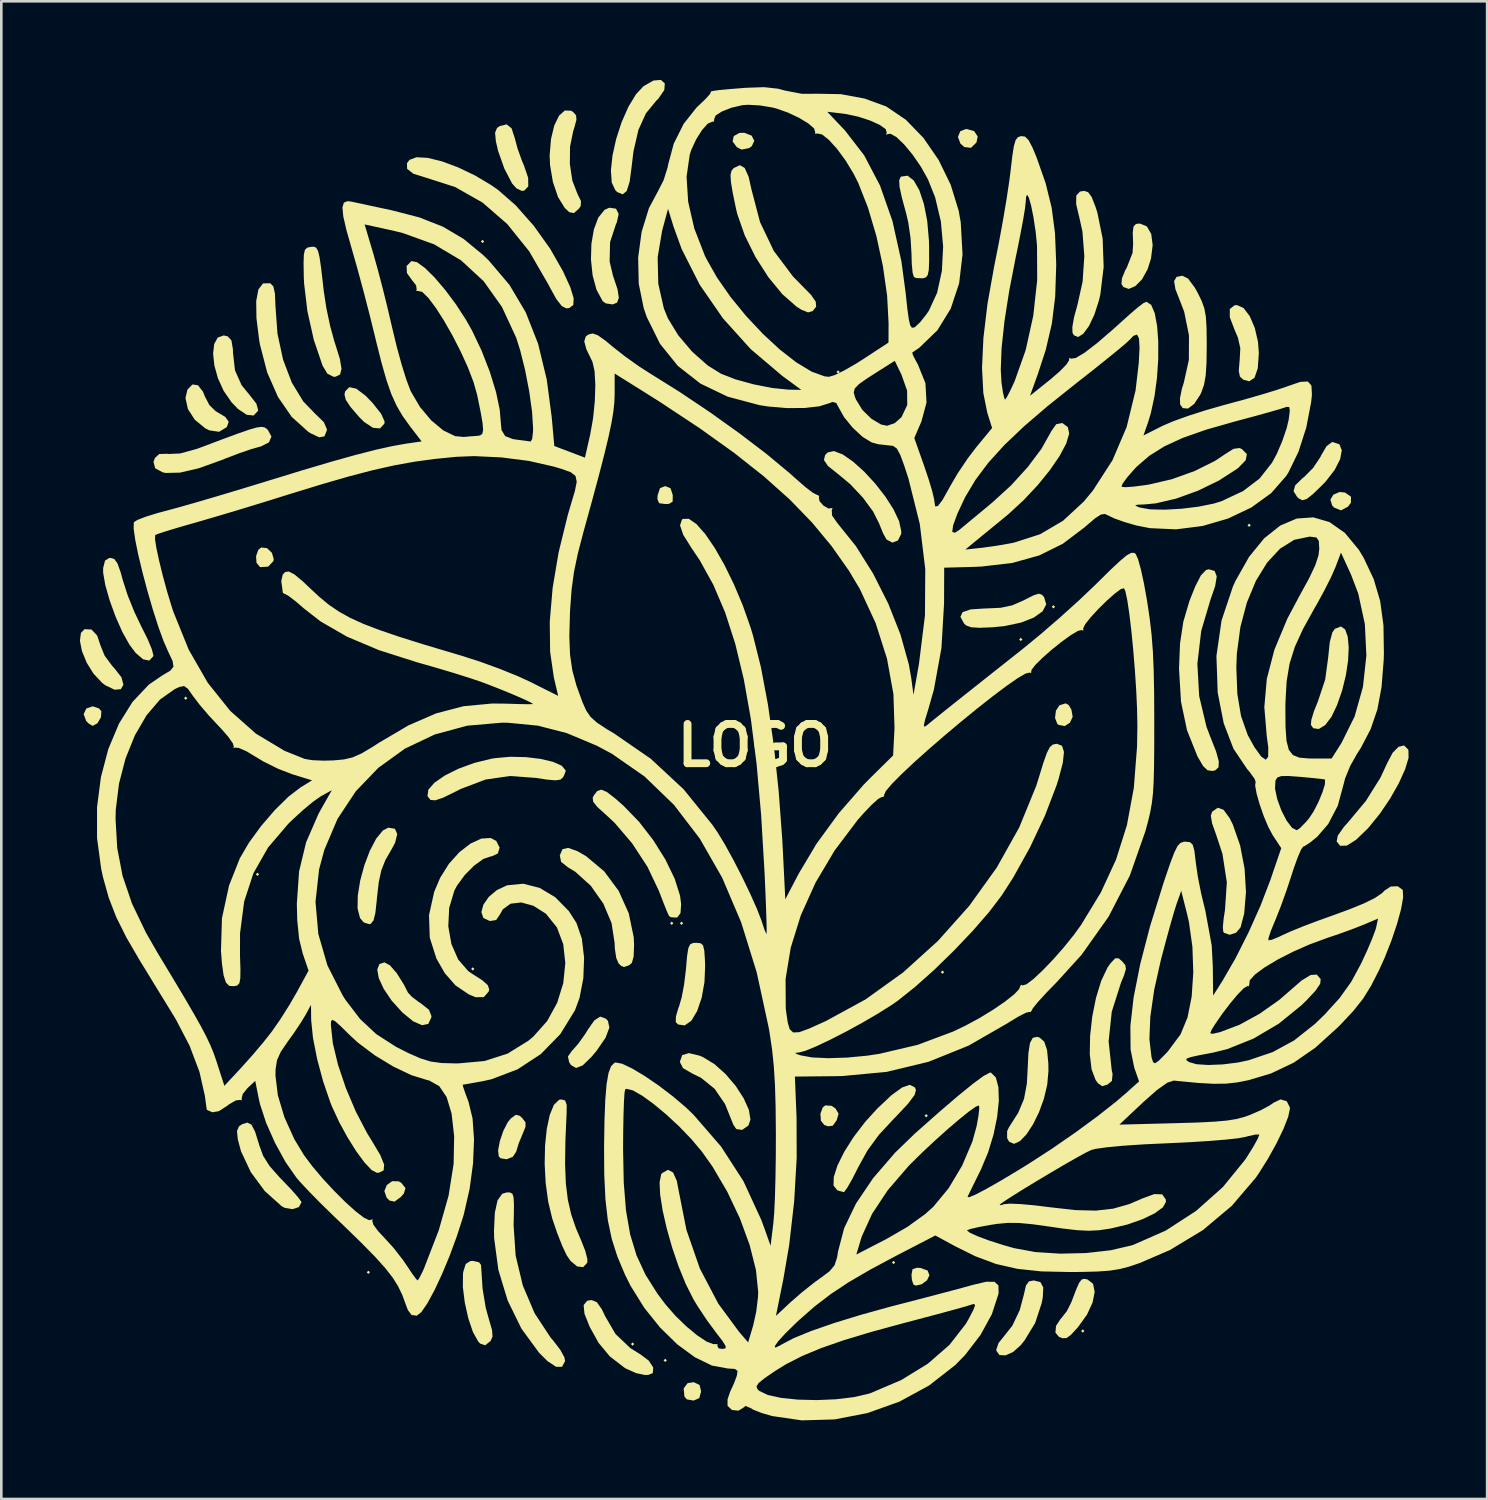
<source format=kicad_pcb>
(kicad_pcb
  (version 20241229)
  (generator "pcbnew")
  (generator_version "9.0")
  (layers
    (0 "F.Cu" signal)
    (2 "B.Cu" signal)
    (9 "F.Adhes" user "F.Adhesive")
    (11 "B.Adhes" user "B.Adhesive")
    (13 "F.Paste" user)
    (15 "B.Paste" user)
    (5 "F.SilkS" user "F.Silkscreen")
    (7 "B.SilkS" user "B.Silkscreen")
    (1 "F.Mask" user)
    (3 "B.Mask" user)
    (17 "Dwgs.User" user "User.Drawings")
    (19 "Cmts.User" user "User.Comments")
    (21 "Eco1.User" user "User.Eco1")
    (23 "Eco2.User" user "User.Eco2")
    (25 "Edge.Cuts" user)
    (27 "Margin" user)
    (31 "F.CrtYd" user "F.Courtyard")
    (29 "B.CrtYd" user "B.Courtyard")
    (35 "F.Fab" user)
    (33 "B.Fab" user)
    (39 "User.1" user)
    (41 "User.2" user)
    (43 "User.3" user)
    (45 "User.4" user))
  (footprint "LOGO"
    (layer "F.Cu")
    (at 25.764 25.403)
    (property "Reference" "LOGO" (at 0 0 0) (layer "F.SilkS") (effects (font (size 1.5 1.5) (thickness 0.3))))
    (attr board_only exclude_from_pos_files exclude_from_bom)
    (fp_poly (pts (xy -21.665 -1.805) (xy -21.727 -1.743) (xy -21.789 -1.805) (xy -21.727 -1.868)) (stroke (width 0) (type solid)) (fill yes) (layer "F.SilkS"))
    (fp_poly (pts (xy -18.925 4.918) (xy -18.988 4.98) (xy -19.05 4.918) (xy -18.988 4.856)) (stroke (width 0) (type solid)) (fill yes) (layer "F.SilkS"))
    (fp_poly (pts (xy -14.692 20.108) (xy -14.754 20.171) (xy -14.817 20.108) (xy -14.754 20.046)) (stroke (width 0) (type solid)) (fill yes) (layer "F.SilkS"))
    (fp_poly (pts (xy -10.708 8.529) (xy -10.77 8.591) (xy -10.832 8.529) (xy -10.77 8.467)) (stroke (width 0) (type solid)) (fill yes) (layer "F.SilkS"))
    (fp_poly (pts (xy -10.334 -19.237) (xy -10.397 -19.175) (xy -10.459 -19.237) (xy -10.397 -19.299)) (stroke (width 0) (type solid)) (fill yes) (layer "F.SilkS"))
    (fp_poly (pts (xy -4.607 22.848) (xy -4.669 22.91) (xy -4.731 22.848) (xy -4.669 22.785)) (stroke (width 0) (type solid)) (fill yes) (layer "F.SilkS"))
    (fp_poly (pts (xy -3.362 23.47) (xy -3.424 23.532) (xy -3.486 23.47) (xy -3.424 23.408)) (stroke (width 0) (type solid)) (fill yes) (layer "F.SilkS"))
    (fp_poly (pts (xy -3.113 6.786) (xy -3.175 6.848) (xy -3.237 6.786) (xy -3.175 6.724)) (stroke (width 0) (type solid)) (fill yes) (layer "F.SilkS"))
    (fp_poly (pts (xy -2.739 6.786) (xy -2.801 6.848) (xy -2.864 6.786) (xy -2.801 6.724)) (stroke (width 0) (type solid)) (fill yes) (layer "F.SilkS"))
    (fp_poly (pts (xy 3.237 -14.256) (xy 3.175 -14.194) (xy 3.113 -14.256) (xy 3.175 -14.319)) (stroke (width 0) (type solid)) (fill yes) (layer "F.SilkS"))
    (fp_poly (pts (xy 5.354 19.735) (xy 5.292 19.797) (xy 5.229 19.735) (xy 5.292 19.673)) (stroke (width 0) (type solid)) (fill yes) (layer "F.SilkS"))
    (fp_poly (pts (xy 6.599 14.132) (xy 6.537 14.194) (xy 6.475 14.132) (xy 6.537 14.07)) (stroke (width 0) (type solid)) (fill yes) (layer "F.SilkS"))
    (fp_poly (pts (xy 7.222 8.653) (xy 7.159 8.716) (xy 7.097 8.653) (xy 7.159 8.591)) (stroke (width 0) (type solid)) (fill yes) (layer "F.SilkS"))
    (fp_poly (pts (xy 10.21 -4.047) (xy 10.148 -3.984) (xy 10.085 -4.047) (xy 10.148 -4.109)) (stroke (width 0) (type solid)) (fill yes) (layer "F.SilkS"))
    (fp_poly (pts (xy 11.455 -5.292) (xy 11.393 -5.229) (xy 11.33 -5.292) (xy 11.393 -5.354)) (stroke (width 0) (type solid)) (fill yes) (layer "F.SilkS"))
    (fp_poly (pts (xy 12.575 22.35) (xy 12.513 22.412) (xy 12.451 22.35) (xy 12.513 22.287)) (stroke (width 0) (type solid)) (fill yes) (layer "F.SilkS"))
    (fp_poly (pts (xy 18.925 -8.404) (xy 18.863 -8.342) (xy 18.801 -8.404) (xy 18.863 -8.467)) (stroke (width 0) (type solid)) (fill yes) (layer "F.SilkS"))
    (fp_poly (pts (xy -2.113 24.409) (xy -2.054 24.653) (xy -2.123 24.909) (xy -2.335 25.004) (xy -2.598 24.959) (xy -2.691 24.848) (xy -2.719 24.54) (xy -2.569 24.339) (xy -2.335 24.302)) (stroke (width 0) (type solid)) (fill yes) (layer "F.SilkS"))
    (fp_poly (pts (xy 8.367 -23.45) (xy 8.503 -23.242) (xy 8.456 -23.015) (xy 8.246 -22.81) (xy 7.994 -22.84) (xy 7.845 -22.97) (xy 7.749 -23.226) (xy 7.838 -23.445) (xy 8.064 -23.532)) (stroke (width 0) (type solid)) (fill yes) (layer "F.SilkS"))
    (fp_poly (pts (xy -3.22 -9.816) (xy -3.136 -9.556) (xy -3.14 -9.308) (xy -3.28 -9.221) (xy -3.424 -9.214) (xy -3.658 -9.248) (xy -3.723 -9.405) (xy -3.712 -9.556) (xy -3.622 -9.823) (xy -3.424 -9.899)) (stroke (width 0) (type solid)) (fill yes) (layer "F.SilkS"))
    (fp_poly (pts (xy -0.126 -23.276) (xy -0.023 -23.08) (xy -0.12 -22.872) (xy -0.224 -22.799) (xy -0.506 -22.744) (xy -0.688 -22.834) (xy -0.852 -23.054) (xy -0.808 -23.259) (xy -0.592 -23.38) (xy -0.406 -23.385)) (stroke (width 0) (type solid)) (fill yes) (layer "F.SilkS"))
    (fp_poly (pts (xy 22.522 -9.654) (xy 22.75 -9.496) (xy 22.748 -9.266) (xy 22.636 -9.114) (xy 22.369 -8.973) (xy 22.107 -9.08) (xy 22.033 -9.158) (xy 21.965 -9.382) (xy 22.081 -9.575) (xy 22.318 -9.675)) (stroke (width 0) (type solid)) (fill yes) (layer "F.SilkS"))
    (fp_poly (pts (xy -25.034 -1.413) (xy -24.946 -1.306) (xy -24.96 -1.078) (xy -25.093 -0.851) (xy -25.275 -0.747) (xy -25.275 -0.747) (xy -25.424 -0.832) (xy -25.523 -0.932) (xy -25.621 -1.193) (xy -25.52 -1.41) (xy -25.275 -1.494)) (stroke (width 0) (type solid)) (fill yes) (layer "F.SilkS"))
    (fp_poly (pts (xy -18.623 -7.532) (xy -18.436 -7.353) (xy -18.366 -7.112) (xy -18.383 -7.032) (xy -18.577 -6.826) (xy -18.871 -6.807) (xy -18.894 -6.815) (xy -19.023 -6.969) (xy -19.041 -7.225) (xy -18.956 -7.465) (xy -18.845 -7.557)) (stroke (width 0) (type solid)) (fill yes) (layer "F.SilkS"))
    (fp_poly (pts (xy -13.596 16.636) (xy -13.494 16.697) (xy -13.338 16.894) (xy -13.398 17.099) (xy -13.518 17.236) (xy -13.756 17.411) (xy -13.948 17.37) (xy -14.057 17.26) (xy -14.143 17.01) (xy -14.051 16.778) (xy -13.846 16.631)) (stroke (width 0) (type solid)) (fill yes) (layer "F.SilkS"))
    (fp_poly (pts (xy 6.319 19.944) (xy 6.59 20.04) (xy 6.661 20.219) (xy 6.569 20.413) (xy 6.36 20.566) (xy 6.141 20.617) (xy 6.051 20.577) (xy 5.993 20.407) (xy 5.976 20.204) (xy 6.016 19.991) (xy 6.184 19.934)) (stroke (width 0) (type solid)) (fill yes) (layer "F.SilkS"))
    (fp_poly (pts (xy 2.925 13.755) (xy 3.072 13.851) (xy 3.194 14.056) (xy 3.121 14.304) (xy 3.121 14.304) (xy 2.97 14.515) (xy 2.788 14.535) (xy 2.646 14.485) (xy 2.518 14.321) (xy 2.5 14.058) (xy 2.586 13.819) (xy 2.687 13.737)) (stroke (width 0) (type solid)) (fill yes) (layer "F.SilkS"))
    (fp_poly (pts (xy 11.978 -1.541) (xy 12.082 -1.362) (xy 12.128 -1.092) (xy 12.02 -0.865) (xy 11.822 -0.741) (xy 11.595 -0.783) (xy 11.538 -0.83) (xy 11.455 -1.052) (xy 11.489 -1.328) (xy 11.619 -1.526) (xy 11.652 -1.543) (xy 11.862 -1.607)) (stroke (width 0) (type solid)) (fill yes) (layer "F.SilkS"))
    (fp_poly (pts (xy -15.218 -13.618) (xy -14.862 -13.351) (xy -14.596 -13.077) (xy -14.265 -12.657) (xy -14.135 -12.366) (xy -14.143 -12.28) (xy -14.312 -12.1) (xy -14.579 -12.125) (xy -14.915 -12.347) (xy -15.094 -12.524) (xy -15.434 -12.918) (xy -15.616 -13.192) (xy -15.666 -13.397) (xy -15.64 -13.517) (xy -15.482 -13.675)) (stroke (width 0) (type solid)) (fill yes) (layer "F.SilkS"))
    (fp_poly (pts (xy -25.322 -4.425) (xy -25.106 -4.196) (xy -24.974 -3.804) (xy -24.819 -3.424) (xy -24.527 -3.03) (xy -24.458 -2.959) (xy -24.178 -2.601) (xy -24.103 -2.318) (xy -24.202 -2.147) (xy -24.442 -2.128) (xy -24.793 -2.297) (xy -24.924 -2.397) (xy -25.247 -2.744) (xy -25.507 -3.164) (xy -25.685 -3.599) (xy -25.764 -3.996) (xy -25.725 -4.297) (xy -25.585 -4.438)) (stroke (width 0) (type solid)) (fill yes) (layer "F.SilkS"))
    (fp_poly (pts (xy -21.258 -13.748) (xy -21.067 -13.503) (xy -20.996 -13.326) (xy -20.823 -12.993) (xy -20.588 -12.762) (xy -20.565 -12.749) (xy -20.214 -12.539) (xy -20.084 -12.353) (xy -20.154 -12.16) (xy -20.166 -12.145) (xy -20.452 -11.972) (xy -20.825 -12.027) (xy -20.978 -12.104) (xy -21.379 -12.432) (xy -21.642 -12.84) (xy -21.735 -13.261) (xy -21.659 -13.582) (xy -21.468 -13.779)) (stroke (width 0) (type solid)) (fill yes) (layer "F.SilkS"))
    (fp_poly (pts (xy -8.983 14.131) (xy -8.88 14.225) (xy -8.757 14.384) (xy -8.757 14.559) (xy -8.872 14.839) (xy -9.016 15.189) (xy -9.106 15.483) (xy -9.109 15.501) (xy -9.242 15.701) (xy -9.479 15.795) (xy -9.707 15.755) (xy -9.776 15.686) (xy -9.803 15.457) (xy -9.736 15.102) (xy -9.604 14.713) (xy -9.434 14.381) (xy -9.32 14.24) (xy -9.127 14.097)) (stroke (width 0) (type solid)) (fill yes) (layer "F.SilkS"))
    (fp_poly (pts (xy -5.694 10.425) (xy -5.61 10.512) (xy -5.555 10.768) (xy -5.698 11.149) (xy -6.031 11.638) (xy -6.241 11.889) (xy -6.574 12.211) (xy -6.827 12.311) (xy -7.023 12.196) (xy -7.089 12.093) (xy -7.137 11.872) (xy -6.988 11.657) (xy -6.956 11.626) (xy -6.736 11.376) (xy -6.483 11.019) (xy -6.388 10.864) (xy -6.127 10.491) (xy -5.904 10.349)) (stroke (width 0) (type solid)) (fill yes) (layer "F.SilkS"))
    (fp_poly (pts (xy -9.288 -23.555) (xy -9.164 -23.174) (xy -9.161 -23.159) (xy -9.057 -22.776) (xy -8.893 -22.32) (xy -8.817 -22.141) (xy -8.655 -21.666) (xy -8.651 -21.338) (xy -8.803 -21.179) (xy -8.896 -21.167) (xy -9.099 -21.262) (xy -9.267 -21.447) (xy -9.565 -22.021) (xy -9.803 -22.694) (xy -9.887 -23.059) (xy -9.918 -23.388) (xy -9.843 -23.569) (xy -9.741 -23.641) (xy -9.475 -23.706)) (stroke (width 0) (type solid)) (fill yes) (layer "F.SilkS"))
    (fp_poly (pts (xy 14.958 -19.814) (xy 15.126 -19.524) (xy 15.181 -19.099) (xy 15.118 -18.586) (xy 14.988 -18.177) (xy 14.775 -17.791) (xy 14.519 -17.532) (xy 14.266 -17.426) (xy 14.062 -17.498) (xy 13.991 -17.615) (xy 14.008 -17.829) (xy 14.136 -18.14) (xy 14.193 -18.238) (xy 14.414 -18.801) (xy 14.436 -19.144) (xy 14.421 -19.571) (xy 14.45 -19.805) (xy 14.543 -19.904) (xy 14.688 -19.922)) (stroke (width 0) (type solid)) (fill yes) (layer "F.SilkS"))
    (fp_poly (pts (xy 10.895 20.481) (xy 11.006 20.687) (xy 10.987 21.069) (xy 10.944 21.289) (xy 10.696 22.043) (xy 10.291 22.708) (xy 10.141 22.895) (xy 9.853 23.152) (xy 9.563 23.279) (xy 9.331 23.266) (xy 9.217 23.103) (xy 9.214 23.054) (xy 9.301 22.804) (xy 9.476 22.587) (xy 9.825 22.146) (xy 10.107 21.553) (xy 10.268 20.949) (xy 10.346 20.61) (xy 10.461 20.455) (xy 10.643 20.42)) (stroke (width 0) (type solid)) (fill yes) (layer "F.SilkS"))
    (fp_poly (pts (xy 18.653 -16.694) (xy 18.888 -16.384) (xy 19.079 -15.937) (xy 19.202 -15.405) (xy 19.234 -14.977) (xy 19.193 -14.397) (xy 19.069 -14.035) (xy 18.865 -13.899) (xy 18.642 -13.96) (xy 18.511 -14.081) (xy 18.468 -14.289) (xy 18.497 -14.658) (xy 18.501 -14.692) (xy 18.526 -15.164) (xy 18.433 -15.575) (xy 18.306 -15.87) (xy 18.125 -16.346) (xy 18.125 -16.657) (xy 18.303 -16.799) (xy 18.401 -16.809)) (stroke (width 0) (type solid)) (fill yes) (layer "F.SilkS"))
    (fp_poly (pts (xy -20.124 -15.615) (xy -19.981 -15.462) (xy -19.924 -15.123) (xy -19.922 -14.998) (xy -19.845 -14.316) (xy -19.593 -13.752) (xy -19.275 -13.362) (xy -19.028 -13.044) (xy -18.96 -12.8) (xy -18.967 -12.77) (xy -19.134 -12.594) (xy -19.399 -12.622) (xy -19.731 -12.845) (xy -19.975 -13.097) (xy -20.277 -13.534) (xy -20.497 -14.018) (xy -20.632 -14.505) (xy -20.68 -14.955) (xy -20.638 -15.323) (xy -20.504 -15.569) (xy -20.275 -15.65)) (stroke (width 0) (type solid)) (fill yes) (layer "F.SilkS"))
    (fp_poly (pts (xy -13.932 8.39) (xy -13.671 8.69) (xy -13.393 9.137) (xy -13.245 9.429) (xy -13.099 9.589) (xy -12.826 9.795) (xy -12.743 9.848) (xy -12.44 10.09) (xy -12.347 10.328) (xy -12.351 10.38) (xy -12.468 10.629) (xy -12.707 10.677) (xy -13.045 10.528) (xy -13.463 10.185) (xy -13.463 10.185) (xy -13.868 9.735) (xy -14.17 9.287) (xy -14.357 8.881) (xy -14.415 8.553) (xy -14.331 8.341) (xy -14.141 8.28)) (stroke (width 0) (type solid)) (fill yes) (layer "F.SilkS"))
    (fp_poly (pts (xy -10.527 19.728) (xy -10.454 19.828) (xy -10.395 20.732) (xy -10.275 21.461) (xy -10.155 21.893) (xy -10.035 22.305) (xy -10.014 22.559) (xy -10.087 22.725) (xy -10.089 22.728) (xy -10.297 22.895) (xy -10.487 22.829) (xy -10.561 22.75) (xy -10.763 22.389) (xy -10.94 21.864) (xy -11.074 21.262) (xy -11.148 20.666) (xy -11.142 20.164) (xy -11.129 20.077) (xy -11.036 19.789) (xy -10.864 19.68) (xy -10.756 19.673)) (stroke (width 0) (type solid)) (fill yes) (layer "F.SilkS"))
    (fp_poly (pts (xy -5.302 -20.488) (xy -5.201 -20.286) (xy -5.271 -19.965) (xy -5.303 -19.9) (xy -5.528 -19.212) (xy -5.546 -18.472) (xy -5.417 -17.929) (xy -5.245 -17.416) (xy -5.194 -17.085) (xy -5.261 -16.902) (xy -5.427 -16.834) (xy -5.693 -16.873) (xy -5.811 -16.958) (xy -6.047 -17.397) (xy -6.195 -17.943) (xy -6.258 -18.544) (xy -6.241 -19.146) (xy -6.146 -19.699) (xy -5.978 -20.148) (xy -5.74 -20.443) (xy -5.556 -20.525)) (stroke (width 0) (type solid)) (fill yes) (layer "F.SilkS"))
    (fp_poly (pts (xy -2.11 11.841) (xy -1.983 11.895) (xy -1.543 12.164) (xy -1.117 12.545) (xy -0.736 12.994) (xy -0.431 13.463) (xy -0.232 13.906) (xy -0.17 14.279) (xy -0.248 14.504) (xy -0.489 14.674) (xy -0.712 14.64) (xy -0.824 14.474) (xy -1.14 13.688) (xy -1.537 13.106) (xy -2.048 12.692) (xy -2.397 12.518) (xy -2.745 12.315) (xy -2.863 12.085) (xy -2.864 12.072) (xy -2.776 11.82) (xy -2.52 11.742)) (stroke (width 0) (type solid)) (fill yes) (layer "F.SilkS"))
    (fp_poly (pts (xy 12.693 20.382) (xy 12.906 20.546) (xy 12.968 20.854) (xy 12.888 21.262) (xy 12.675 21.723) (xy 12.339 22.191) (xy 12.322 22.211) (xy 12.065 22.492) (xy 11.896 22.618) (xy 11.745 22.625) (xy 11.611 22.578) (xy 11.47 22.412) (xy 11.493 22.152) (xy 11.67 21.883) (xy 11.693 21.862) (xy 11.906 21.59) (xy 12.077 21.251) (xy 12.253 20.787) (xy 12.373 20.513) (xy 12.47 20.384) (xy 12.574 20.357)) (stroke (width 0) (type solid)) (fill yes) (layer "F.SilkS"))
    (fp_poly (pts (xy 22.309 -11.495) (xy 22.4 -11.266) (xy 22.338 -10.93) (xy 22.131 -10.522) (xy 21.788 -10.078) (xy 21.656 -9.941) (xy 21.298 -9.594) (xy 21.062 -9.408) (xy 20.898 -9.359) (xy 20.76 -9.426) (xy 20.694 -9.488) (xy 20.559 -9.704) (xy 20.622 -9.928) (xy 20.896 -10.198) (xy 20.971 -10.256) (xy 21.305 -10.593) (xy 21.581 -11.005) (xy 21.617 -11.081) (xy 21.82 -11.426) (xy 22.024 -11.576) (xy 22.055 -11.579)) (stroke (width 0) (type solid)) (fill yes) (layer "F.SilkS"))
    (fp_poly (pts (xy 22.527 -4.431) (xy 22.627 -4.153) (xy 22.664 -3.745) (xy 22.64 -3.242) (xy 22.556 -2.682) (xy 22.414 -2.1) (xy 22.216 -1.533) (xy 22.003 -1.089) (xy 21.765 -0.777) (xy 21.517 -0.627) (xy 21.309 -0.66) (xy 21.221 -0.785) (xy 21.237 -0.976) (xy 21.34 -1.314) (xy 21.491 -1.688) (xy 21.766 -2.515) (xy 21.881 -3.362) (xy 21.942 -3.95) (xy 22.039 -4.314) (xy 22.134 -4.449) (xy 22.363 -4.542)) (stroke (width 0) (type solid)) (fill yes) (layer "F.SilkS"))
    (fp_poly (pts (xy -6.034 21.25) (xy -5.84 21.524) (xy -5.722 21.775) (xy -5.321 22.464) (xy -4.757 23) (xy -4.358 23.251) (xy -4.049 23.483) (xy -3.888 23.732) (xy -3.882 23.76) (xy -3.897 23.956) (xy -4.066 24.024) (xy -4.194 24.028) (xy -4.528 23.959) (xy -4.907 23.792) (xy -4.98 23.748) (xy -5.535 23.322) (xy -5.967 22.802) (xy -6.307 22.189) (xy -6.506 21.688) (xy -6.538 21.36) (xy -6.401 21.194) (xy -6.233 21.167)) (stroke (width 0) (type solid)) (fill yes) (layer "F.SilkS"))
    (fp_poly (pts (xy 17.886 2.455) (xy 18.117 2.771) (xy 18.241 3.019) (xy 18.52 3.818) (xy 18.69 4.703) (xy 18.743 5.596) (xy 18.674 6.417) (xy 18.537 6.941) (xy 18.368 7.146) (xy 18.124 7.226) (xy 17.911 7.155) (xy 17.876 7.111) (xy 17.861 6.938) (xy 17.891 6.602) (xy 17.942 6.276) (xy 18.012 5.223) (xy 17.845 4.137) (xy 17.612 3.431) (xy 17.449 2.972) (xy 17.401 2.683) (xy 17.451 2.528) (xy 17.668 2.377)) (stroke (width 0) (type solid)) (fill yes) (layer "F.SilkS"))
    (fp_poly (pts (xy 24.934 0.155) (xy 24.943 0.177) (xy 24.948 0.474) (xy 24.816 0.913) (xy 24.574 1.446) (xy 24.246 2.025) (xy 23.857 2.6) (xy 23.431 3.125) (xy 23.402 3.158) (xy 22.947 3.599) (xy 22.59 3.824) (xy 22.335 3.828) (xy 22.204 3.664) (xy 22.246 3.442) (xy 22.482 3.107) (xy 22.626 2.948) (xy 23.321 2.114) (xy 23.877 1.226) (xy 24.136 0.667) (xy 24.34 0.28) (xy 24.567 0.05) (xy 24.778 0.000169)) (stroke (width 0) (type solid)) (fill yes) (layer "F.SilkS"))
    (fp_poly (pts (xy -13.74 3.18) (xy -13.652 3.382) (xy -13.733 3.711) (xy -13.866 3.959) (xy -14.103 4.371) (xy -14.258 4.76) (xy -14.357 5.212) (xy -14.426 5.815) (xy -14.434 5.913) (xy -14.487 6.395) (xy -14.557 6.676) (xy -14.66 6.804) (xy -14.715 6.823) (xy -14.93 6.755) (xy -15.073 6.586) (xy -15.166 6.222) (xy -15.158 5.727) (xy -15.066 5.158) (xy -14.906 4.569) (xy -14.697 4.017) (xy -14.456 3.557) (xy -14.2 3.245) (xy -13.992 3.137)) (stroke (width 0) (type solid)) (fill yes) (layer "F.SilkS"))
    (fp_poly (pts (xy -3.439 -25.269) (xy -3.458 -25.019) (xy -3.681 -24.692) (xy -3.761 -24.614) (xy -4.16 -24.127) (xy -4.448 -23.492) (xy -4.636 -22.673) (xy -4.704 -22.102) (xy -4.782 -21.514) (xy -4.894 -21.163) (xy -5.048 -21.035) (xy -5.251 -21.12) (xy -5.325 -21.188) (xy -5.465 -21.486) (xy -5.497 -21.948) (xy -5.436 -22.521) (xy -5.295 -23.151) (xy -5.089 -23.786) (xy -4.832 -24.371) (xy -4.539 -24.855) (xy -4.253 -25.162) (xy -3.872 -25.38) (xy -3.589 -25.403)) (stroke (width 0) (type solid)) (fill yes) (layer "F.SilkS"))
    (fp_poly (pts (xy 10.959 -5.752) (xy 11.037 -5.662) (xy 11.119 -5.386) (xy 10.98 -5.121) (xy 10.648 -4.883) (xy 10.154 -4.689) (xy 9.524 -4.556) (xy 9.085 -4.512) (xy 8.575 -4.491) (xy 8.254 -4.511) (xy 8.063 -4.58) (xy 7.982 -4.653) (xy 7.843 -4.909) (xy 7.925 -5.087) (xy 8.233 -5.193) (xy 8.775 -5.229) (xy 8.818 -5.229) (xy 9.383 -5.255) (xy 9.82 -5.348) (xy 10.249 -5.535) (xy 10.279 -5.551) (xy 10.631 -5.729) (xy 10.835 -5.793)) (stroke (width 0) (type solid)) (fill yes) (layer "F.SilkS"))
    (fp_poly (pts (xy -19.218 14.474) (xy -19.081 14.732) (xy -18.935 15.2) (xy -18.921 15.252) (xy -18.77 15.664) (xy -18.524 16.054) (xy -18.133 16.497) (xy -18.03 16.601) (xy -17.696 16.949) (xy -17.444 17.236) (xy -17.315 17.412) (xy -17.307 17.437) (xy -17.408 17.621) (xy -17.65 17.698) (xy -17.943 17.65) (xy -18.066 17.584) (xy -18.707 17.009) (xy -19.242 16.284) (xy -19.616 15.488) (xy -19.737 15.036) (xy -19.769 14.716) (xy -19.691 14.537) (xy -19.573 14.456) (xy -19.373 14.394)) (stroke (width 0) (type solid)) (fill yes) (layer "F.SilkS"))
    (fp_poly (pts (xy -7.015 -24.227) (xy -6.931 -24.172) (xy -6.826 -24.05) (xy -6.813 -23.88) (xy -6.892 -23.584) (xy -6.936 -23.45) (xy -7.056 -22.86) (xy -7.064 -22.197) (xy -6.969 -21.562) (xy -6.776 -21.06) (xy -6.639 -20.778) (xy -6.649 -20.592) (xy -6.717 -20.49) (xy -6.909 -20.319) (xy -7.088 -20.355) (xy -7.261 -20.519) (xy -7.516 -20.934) (xy -7.711 -21.508) (xy -7.82 -22.155) (xy -7.835 -22.521) (xy -7.783 -23.149) (xy -7.658 -23.665) (xy -7.476 -24.038) (xy -7.256 -24.236)) (stroke (width 0) (type solid)) (fill yes) (layer "F.SilkS"))
    (fp_poly (pts (xy 10.862 11.148) (xy 11.04 11.301) (xy 11.149 11.618) (xy 11.199 12.131) (xy 11.204 12.419) (xy 11.158 12.943) (xy 11.031 13.481) (xy 10.843 13.998) (xy 10.614 14.463) (xy 10.366 14.842) (xy 10.118 15.1) (xy 9.891 15.206) (xy 9.705 15.127) (xy 9.626 14.987) (xy 9.626 14.721) (xy 9.691 14.582) (xy 10.051 14.016) (xy 10.27 13.494) (xy 10.379 12.914) (xy 10.41 12.346) (xy 10.438 11.743) (xy 10.499 11.357) (xy 10.604 11.16) (xy 10.766 11.121)) (stroke (width 0) (type solid)) (fill yes) (layer "F.SilkS"))
    (fp_poly (pts (xy 14.018 8.241) (xy 14.136 8.381) (xy 14.161 8.533) (xy 14.088 8.776) (xy 13.974 9.05) (xy 13.619 10.167) (xy 13.5 11.296) (xy 13.62 12.405) (xy 13.651 12.534) (xy 13.626 12.801) (xy 13.462 12.941) (xy 13.256 13.005) (xy 13.094 12.895) (xy 13.001 12.764) (xy 12.848 12.356) (xy 12.781 11.779) (xy 12.793 11.092) (xy 12.874 10.357) (xy 13.018 9.635) (xy 13.216 8.986) (xy 13.461 8.471) (xy 13.573 8.313) (xy 13.75 8.126) (xy 13.881 8.123)) (stroke (width 0) (type solid)) (fill yes) (layer "F.SilkS"))
    (fp_poly (pts (xy -24.451 -7.115) (xy -24.331 -6.949) (xy -24.211 -6.615) (xy -24.12 -6.288) (xy -23.941 -5.731) (xy -23.685 -5.096) (xy -23.408 -4.516) (xy -23.396 -4.493) (xy -23.175 -4.051) (xy -23.021 -3.68) (xy -22.959 -3.443) (xy -22.963 -3.404) (xy -23.117 -3.24) (xy -23.35 -3.287) (xy -23.636 -3.532) (xy -23.873 -3.847) (xy -24.144 -4.331) (xy -24.403 -4.917) (xy -24.628 -5.536) (xy -24.794 -6.116) (xy -24.876 -6.587) (xy -24.878 -6.766) (xy -24.806 -7.055) (xy -24.643 -7.157) (xy -24.594 -7.159)) (stroke (width 0) (type solid)) (fill yes) (layer "F.SilkS"))
    (fp_poly (pts (xy -6.77 4.037) (xy -6.441 4.228) (xy -5.754 4.803) (xy -5.202 5.548) (xy -4.816 6.405) (xy -4.626 7.318) (xy -4.612 7.613) (xy -4.629 8.052) (xy -4.696 8.297) (xy -4.804 8.391) (xy -4.996 8.456) (xy -5.105 8.414) (xy -5.205 8.317) (xy -5.292 8.113) (xy -5.346 7.759) (xy -5.355 7.539) (xy -5.471 6.783) (xy -5.787 6.034) (xy -6.262 5.358) (xy -6.856 4.821) (xy -7.136 4.651) (xy -7.398 4.443) (xy -7.447 4.196) (xy -7.347 3.961) (xy -7.128 3.908)) (stroke (width 0) (type solid)) (fill yes) (layer "F.SilkS"))
    (fp_poly (pts (xy -2.078 7.547) (xy -1.982 7.625) (xy -1.933 7.822) (xy -1.908 8.192) (xy -1.9 8.404) (xy -1.926 9.036) (xy -2.033 9.632) (xy -2.206 10.138) (xy -2.424 10.505) (xy -2.671 10.679) (xy -2.696 10.684) (xy -2.932 10.649) (xy -3.022 10.559) (xy -3.015 10.345) (xy -2.923 10.026) (xy -2.896 9.961) (xy -2.797 9.623) (xy -2.705 9.134) (xy -2.638 8.595) (xy -2.632 8.529) (xy -2.589 8.035) (xy -2.542 7.739) (xy -2.472 7.59) (xy -2.359 7.539) (xy -2.241 7.533)) (stroke (width 0) (type solid)) (fill yes) (layer "F.SilkS"))
    (fp_poly (pts (xy 3.352 -11.107) (xy 3.746 -10.834) (xy 4.169 -10.453) (xy 4.588 -9.999) (xy 4.972 -9.508) (xy 5.288 -9.016) (xy 5.504 -8.558) (xy 5.587 -8.17) (xy 5.582 -8.073) (xy 5.46 -7.824) (xy 5.246 -7.742) (xy 5.027 -7.859) (xy 5.018 -7.87) (xy 4.894 -8.094) (xy 4.76 -8.423) (xy 4.75 -8.454) (xy 4.511 -8.929) (xy 4.121 -9.459) (xy 3.64 -9.972) (xy 3.15 -10.378) (xy 2.786 -10.669) (xy 2.634 -10.894) (xy 2.679 -11.086) (xy 2.777 -11.185) (xy 3.018 -11.236)) (stroke (width 0) (type solid)) (fill yes) (layer "F.SilkS"))
    (fp_poly (pts (xy 6.063 -21.564) (xy 6.275 -21.193) (xy 6.45 -20.667) (xy 6.577 -20.016) (xy 6.642 -19.271) (xy 6.648 -19.05) (xy 6.65 -18.499) (xy 6.636 -18.15) (xy 6.596 -17.953) (xy 6.52 -17.863) (xy 6.407 -17.831) (xy 6.16 -17.839) (xy 6.065 -17.883) (xy 6.019 -18.044) (xy 5.987 -18.38) (xy 5.975 -18.791) (xy 5.941 -19.359) (xy 5.855 -19.954) (xy 5.776 -20.295) (xy 5.61 -20.905) (xy 5.521 -21.317) (xy 5.506 -21.569) (xy 5.56 -21.697) (xy 5.58 -21.713) (xy 5.827 -21.747)) (stroke (width 0) (type solid)) (fill yes) (layer "F.SilkS"))
    (fp_poly (pts (xy 6.095 13.043) (xy 6.148 13.142) (xy 6.097 13.335) (xy 5.848 13.67) (xy 5.4 14.149) (xy 5.318 14.231) (xy 4.734 14.859) (xy 4.295 15.459) (xy 3.946 16.093) (xy 3.726 16.527) (xy 3.539 16.857) (xy 3.415 17.032) (xy 3.389 17.048) (xy 3.201 16.997) (xy 3.144 16.975) (xy 3.001 16.799) (xy 3.009 16.473) (xy 3.15 16.032) (xy 3.408 15.511) (xy 3.766 14.945) (xy 4.207 14.369) (xy 4.677 13.852) (xy 5.209 13.352) (xy 5.615 13.055) (xy 5.906 12.953)) (stroke (width 0) (type solid)) (fill yes) (layer "F.SilkS"))
    (fp_poly (pts (xy -18.491 -17.636) (xy -18.379 -17.518) (xy -18.319 -17.242) (xy -18.301 -16.782) (xy -18.224 -15.72) (xy -18.011 -14.729) (xy -17.677 -13.851) (xy -17.238 -13.13) (xy -16.805 -12.682) (xy -16.452 -12.338) (xy -16.334 -12.064) (xy -16.337 -12.031) (xy -16.43 -11.799) (xy -16.629 -11.761) (xy -16.957 -11.915) (xy -17.061 -11.983) (xy -17.681 -12.542) (xy -18.205 -13.304) (xy -18.615 -14.236) (xy -18.893 -15.305) (xy -18.921 -15.466) (xy -19.026 -16.313) (xy -19.035 -16.963) (xy -18.951 -17.407) (xy -18.774 -17.636) (xy -18.508 -17.642)) (stroke (width 0) (type solid)) (fill yes) (layer "F.SilkS"))
    (fp_poly (pts (xy 12.719 -21.116) (xy 12.852 -20.935) (xy 12.994 -20.576) (xy 13.069 -20.344) (xy 13.272 -19.346) (xy 13.311 -18.266) (xy 13.184 -17.213) (xy 13.132 -16.991) (xy 12.957 -16.444) (xy 12.749 -16.008) (xy 12.533 -15.714) (xy 12.333 -15.588) (xy 12.171 -15.66) (xy 12.12 -15.756) (xy 12.116 -15.976) (xy 12.182 -16.35) (xy 12.305 -16.797) (xy 12.307 -16.802) (xy 12.508 -17.704) (xy 12.573 -18.68) (xy 12.5 -19.623) (xy 12.38 -20.16) (xy 12.26 -20.668) (xy 12.266 -20.986) (xy 12.404 -21.141) (xy 12.567 -21.167)) (stroke (width 0) (type solid)) (fill yes) (layer "F.SilkS"))
    (fp_poly (pts (xy -16.748 -19.001) (xy -16.677 -18.88) (xy -16.618 -18.639) (xy -16.56 -18.238) (xy -16.49 -17.642) (xy -16.458 -17.356) (xy -16.359 -16.704) (xy -16.213 -16.012) (xy -16.049 -15.411) (xy -16.018 -15.321) (xy -15.841 -14.752) (xy -15.779 -14.374) (xy -15.835 -14.158) (xy -16.009 -14.074) (xy -16.081 -14.07) (xy -16.319 -14.191) (xy -16.502 -14.496) (xy -16.836 -15.48) (xy -17.081 -16.574) (xy -17.208 -17.646) (xy -17.219 -17.889) (xy -17.227 -18.415) (xy -17.216 -18.741) (xy -17.174 -18.919) (xy -17.09 -18.999) (xy -16.969 -19.027) (xy -16.841 -19.037)) (stroke (width 0) (type solid)) (fill yes) (layer "F.SilkS"))
    (fp_poly (pts (xy -9.337 17.064) (xy -9.255 17.114) (xy -9.212 17.253) (xy -9.197 17.526) (xy -9.203 17.978) (xy -9.211 18.309) (xy -9.133 19.471) (xy -8.859 20.613) (xy -8.408 21.674) (xy -7.802 22.594) (xy -7.684 22.734) (xy -7.429 23.067) (xy -7.272 23.356) (xy -7.245 23.498) (xy -7.364 23.716) (xy -7.591 23.715) (xy -7.916 23.5) (xy -8.24 23.177) (xy -8.913 22.257) (xy -9.438 21.183) (xy -9.792 20.017) (xy -9.952 18.819) (xy -9.959 18.529) (xy -9.927 17.833) (xy -9.824 17.364) (xy -9.647 17.112) (xy -9.466 17.058)) (stroke (width 0) (type solid)) (fill yes) (layer "F.SilkS"))
    (fp_poly (pts (xy -5.656 1.773) (xy -5.345 2.011) (xy -5.015 2.302) (xy -4.42 2.916) (xy -3.876 3.62) (xy -3.413 4.361) (xy -3.063 5.085) (xy -2.857 5.737) (xy -2.816 6.06) (xy -2.841 6.401) (xy -2.956 6.554) (xy -3.008 6.571) (xy -3.22 6.554) (xy -3.279 6.507) (xy -3.353 6.346) (xy -3.485 6.018) (xy -3.649 5.593) (xy -3.665 5.551) (xy -4.098 4.638) (xy -4.683 3.741) (xy -5.354 2.954) (xy -5.689 2.642) (xy -6.016 2.347) (xy -6.173 2.148) (xy -6.192 1.996) (xy -6.154 1.914) (xy -6.019 1.739) (xy -5.866 1.687)) (stroke (width 0) (type solid)) (fill yes) (layer "F.SilkS"))
    (fp_poly (pts (xy -0.39 -22.041) (xy -0.24 -21.705) (xy -0.133 -21.227) (xy 0.194 -19.979) (xy 0.72 -18.876) (xy 1.453 -17.9) (xy 1.784 -17.562) (xy 2.144 -17.196) (xy 2.322 -16.938) (xy 2.337 -16.747) (xy 2.206 -16.582) (xy 2.202 -16.579) (xy 2.03 -16.529) (xy 1.77 -16.633) (xy 1.594 -16.745) (xy 1.052 -17.219) (xy 0.513 -17.874) (xy 0.02 -18.646) (xy -0.389 -19.47) (xy -0.672 -20.281) (xy -0.721 -20.482) (xy -0.847 -21.092) (xy -0.916 -21.506) (xy -0.931 -21.771) (xy -0.895 -21.933) (xy -0.809 -22.038) (xy -0.806 -22.041) (xy -0.575 -22.149)) (stroke (width 0) (type solid)) (fill yes) (layer "F.SilkS"))
    (fp_poly (pts (xy -18.722 -12.143) (xy -18.636 -12.088) (xy -18.591 -12.045) (xy -18.453 -11.792) (xy -18.548 -11.57) (xy -18.859 -11.411) (xy -18.948 -11.389) (xy -19.257 -11.3) (xy -19.71 -11.143) (xy -20.222 -10.947) (xy -20.357 -10.893) (xy -21.229 -10.58) (xy -21.944 -10.414) (xy -22.486 -10.401) (xy -22.599 -10.423) (xy -22.89 -10.578) (xy -22.956 -10.824) (xy -22.901 -10.973) (xy -22.738 -11.123) (xy -22.44 -11.134) (xy -22.38 -11.125) (xy -21.932 -11.146) (xy -21.302 -11.32) (xy -21.104 -11.392) (xy -20.319 -11.689) (xy -19.733 -11.905) (xy -19.314 -12.051) (xy -19.028 -12.133) (xy -18.841 -12.161)) (stroke (width 0) (type solid)) (fill yes) (layer "F.SilkS"))
    (fp_poly (pts (xy -12.488 -22.427) (xy -11.943 -22.293) (xy -11.326 -22.063) (xy -10.683 -21.755) (xy -10.057 -21.382) (xy -9.808 -21.208) (xy -9.126 -20.611) (xy -8.445 -19.84) (xy -7.818 -18.963) (xy -7.322 -18.093) (xy -7.047 -17.491) (xy -6.918 -17.07) (xy -6.932 -16.812) (xy -7.087 -16.695) (xy -7.199 -16.684) (xy -7.371 -16.769) (xy -7.581 -17.04) (xy -7.846 -17.521) (xy -7.881 -17.591) (xy -8.615 -18.859) (xy -9.454 -19.903) (xy -10.397 -20.721) (xy -11.442 -21.314) (xy -12.564 -21.674) (xy -13.034 -21.821) (xy -13.275 -22.008) (xy -13.28 -22.226) (xy -13.184 -22.351) (xy -12.917 -22.451)) (stroke (width 0) (type solid)) (fill yes) (layer "F.SilkS"))
    (fp_poly (pts (xy -8.743 0.445) (xy -8.182 0.512) (xy -7.708 0.625) (xy -7.372 0.774) (xy -7.226 0.95) (xy -7.223 0.98) (xy -7.284 1.143) (xy -7.331 1.225) (xy -7.429 1.306) (xy -7.62 1.331) (xy -7.958 1.3) (xy -8.356 1.239) (xy -9.35 1.166) (xy -10.282 1.301) (xy -11.219 1.656) (xy -11.412 1.753) (xy -11.888 1.988) (xy -12.198 2.094) (xy -12.384 2.078) (xy -12.489 1.946) (xy -12.497 1.927) (xy -12.465 1.688) (xy -12.23 1.42) (xy -11.832 1.145) (xy -11.312 0.886) (xy -10.709 0.666) (xy -10.065 0.508) (xy -9.924 0.484) (xy -9.341 0.432)) (stroke (width 0) (type solid)) (fill yes) (layer "F.SilkS"))
    (fp_poly (pts (xy 16.535 -17.817) (xy 16.791 -17.472) (xy 16.9 -17.276) (xy 17.054 -16.963) (xy 17.154 -16.68) (xy 17.212 -16.361) (xy 17.238 -15.936) (xy 17.245 -15.338) (xy 17.245 -15.252) (xy 17.236 -14.592) (xy 17.205 -14.118) (xy 17.142 -13.768) (xy 17.041 -13.48) (xy 16.996 -13.385) (xy 16.764 -13.034) (xy 16.528 -12.858) (xy 16.328 -12.876) (xy 16.229 -13.017) (xy 16.223 -13.25) (xy 16.296 -13.612) (xy 16.369 -13.843) (xy 16.563 -14.715) (xy 16.567 -15.65) (xy 16.384 -16.555) (xy 16.242 -16.925) (xy 16.05 -17.412) (xy 15.999 -17.722) (xy 16.093 -17.885) (xy 16.316 -17.929)) (stroke (width 0) (type solid)) (fill yes) (layer "F.SilkS"))
    (fp_poly (pts (xy 17.547 -6.66) (xy 17.627 -6.454) (xy 17.567 -6.082) (xy 17.392 -5.578) (xy 17.034 -4.37) (xy 16.888 -3.122) (xy 16.956 -1.886) (xy 17.236 -0.711) (xy 17.379 -0.336) (xy 17.601 0.226) (xy 17.705 0.604) (xy 17.696 0.832) (xy 17.574 0.947) (xy 17.469 0.973) (xy 17.279 0.949) (xy 17.107 0.787) (xy 16.904 0.439) (xy 16.886 0.404) (xy 16.493 -0.579) (xy 16.263 -1.667) (xy 16.188 -2.911) (xy 16.188 -2.944) (xy 16.226 -3.9) (xy 16.351 -4.721) (xy 16.584 -5.513) (xy 16.806 -6.07) (xy 17.022 -6.491) (xy 17.217 -6.695) (xy 17.326 -6.724)) (stroke (width 0) (type solid)) (fill yes) (layer "F.SilkS"))
    (fp_poly (pts (xy -7.244 13.55) (xy -7.184 13.717) (xy -7.186 14.007) (xy -7.234 15.096) (xy -7.246 15.983) (xy -7.217 16.715) (xy -7.141 17.337) (xy -7.013 17.895) (xy -6.828 18.435) (xy -6.631 18.894) (xy -6.478 19.283) (xy -6.396 19.6) (xy -6.397 19.74) (xy -6.556 19.912) (xy -6.786 19.884) (xy -7.039 19.673) (xy -7.187 19.455) (xy -7.354 19.1) (xy -7.548 18.608) (xy -7.727 18.082) (xy -7.736 18.054) (xy -7.891 17.408) (xy -7.986 16.701) (xy -8.025 15.975) (xy -8.01 15.273) (xy -7.944 14.635) (xy -7.831 14.103) (xy -7.674 13.719) (xy -7.476 13.525) (xy -7.396 13.509)) (stroke (width 0) (type solid)) (fill yes) (layer "F.SilkS"))
    (fp_poly (pts (xy -9.871 3.647) (xy -9.744 3.898) (xy -9.812 4.123) (xy -10.043 4.232) (xy -10.077 4.233) (xy -10.368 4.332) (xy -10.721 4.589) (xy -11.076 4.946) (xy -11.37 5.348) (xy -11.472 5.54) (xy -11.67 6.204) (xy -11.704 6.902) (xy -11.585 7.576) (xy -11.328 8.166) (xy -10.945 8.61) (xy -10.796 8.713) (xy -10.4 8.966) (xy -10.194 9.153) (xy -10.142 9.313) (xy -10.161 9.392) (xy -10.349 9.606) (xy -10.664 9.608) (xy -10.91 9.507) (xy -11.424 9.163) (xy -11.835 8.695) (xy -12.157 8.132) (xy -12.411 7.336) (xy -12.439 6.476) (xy -12.242 5.588) (xy -12.013 5.048) (xy -11.679 4.516) (xy -11.279 4.072) (xy -10.853 3.743) (xy -10.442 3.554) (xy -10.085 3.532)) (stroke (width 0) (type solid)) (fill yes) (layer "F.SilkS"))
    (fp_poly (pts (xy 0.884 -25.068) (xy 1.147 -24.996) (xy 1.794 -24.872) (xy 2.411 -24.875) (xy 3.279 -24.859) (xy 4.178 -24.693) (xy 4.982 -24.401) (xy 5.033 -24.376) (xy 5.762 -23.881) (xy 6.433 -23.188) (xy 7.013 -22.345) (xy 7.471 -21.404) (xy 7.777 -20.412) (xy 7.856 -19.962) (xy 7.924 -18.743) (xy 7.795 -17.643) (xy 7.474 -16.673) (xy 6.966 -15.848) (xy 6.277 -15.183) (xy 6.003 -14.995) (xy 6.036 -14.886) (xy 6.164 -14.64) (xy 6.22 -14.543) (xy 6.508 -13.828) (xy 6.55 -13.088) (xy 6.355 -12.365) (xy 6.083 -11.734) (xy 6.466 -10.651) (xy 6.636 -10.144) (xy 6.767 -9.706) (xy 6.839 -9.403) (xy 6.848 -9.328) (xy 6.881 -9.124) (xy 6.984 -9.138) (xy 7.163 -9.375) (xy 7.423 -9.84) (xy 7.437 -9.868) (xy 7.737 -10.383) (xy 8.117 -10.948) (xy 8.446 -11.381) (xy 9.053 -12.116) (xy 8.872 -12.688) (xy 8.718 -13.449) (xy 8.672 -14.341) (xy 9.383 -14.341) (xy 9.411 -13.852) (xy 9.465 -13.487) (xy 9.519 -13.25) (xy 9.546 -13.198) (xy 9.621 -13.302) (xy 9.761 -13.574) (xy 9.912 -13.902) (xy 10.334 -15.088) (xy 10.625 -16.406) (xy 10.774 -17.768) (xy 10.767 -19.086) (xy 10.715 -19.611) (xy 10.63 -20.168) (xy 10.542 -20.606) (xy 10.459 -20.9) (xy 10.392 -21.021) (xy 10.349 -20.942) (xy 10.338 -20.761) (xy 10.311 -20.518) (xy 10.241 -20.087) (xy 10.135 -19.521) (xy 10.006 -18.874) (xy 9.957 -18.645) (xy 9.706 -17.352) (xy 9.524 -16.185) (xy 9.415 -15.171) (xy 9.383 -14.341) (xy 8.672 -14.341) (xy 8.668 -14.411) (xy 8.721 -15.554) (xy 8.876 -16.853) (xy 9.132 -18.286) (xy 9.147 -18.36) (xy 9.312 -19.192) (xy 9.47 -20.053) (xy 9.607 -20.866) (xy 9.711 -21.559) (xy 9.755 -21.908) (xy 9.824 -22.497) (xy 9.885 -22.881) (xy 9.952 -23.107) (xy 10.038 -23.217) (xy 10.155 -23.258) (xy 10.157 -23.258) (xy 10.309 -23.239) (xy 10.445 -23.105) (xy 10.599 -22.811) (xy 10.749 -22.449) (xy 11.096 -21.461) (xy 11.326 -20.526) (xy 11.454 -19.55) (xy 11.498 -18.439) (xy 11.499 -18.303) (xy 11.461 -17.136) (xy 11.334 -16.103) (xy 11.101 -15.101) (xy 10.789 -14.148) (xy 10.499 -13.347) (xy 11.284 -13.976) (xy 11.638 -14.282) (xy 11.889 -14.54) (xy 11.995 -14.705) (xy 11.992 -14.73) (xy 11.996 -14.794) (xy 12.064 -14.763) (xy 12.248 -14.79) (xy 12.586 -14.993) (xy 13.067 -15.363) (xy 13.678 -15.89) (xy 13.821 -16.019) (xy 14.297 -16.448) (xy 14.623 -16.728) (xy 14.827 -16.882) (xy 14.938 -16.933) (xy 14.945 -16.933) (xy 15.125 -16.818) (xy 15.26 -16.499) (xy 15.35 -16.019) (xy 15.395 -15.42) (xy 15.394 -14.744) (xy 15.346 -14.033) (xy 15.251 -13.328) (xy 15.109 -12.673) (xy 14.999 -12.313) (xy 14.829 -11.831) (xy 15.563 -12.202) (xy 15.963 -12.373) (xy 16.534 -12.579) (xy 17.205 -12.794) (xy 17.904 -12.994) (xy 18.016 -13.024) (xy 18.697 -13.209) (xy 19.346 -13.395) (xy 19.9 -13.564) (xy 20.291 -13.696) (xy 20.346 -13.716) (xy 20.817 -13.877) (xy 21.104 -13.892) (xy 21.241 -13.738) (xy 21.26 -13.394) (xy 21.231 -13.108) (xy 21.044 -12.134) (xy 20.747 -11.211) (xy 20.367 -10.427) (xy 20.279 -10.286) (xy 19.706 -9.632) (xy 18.95 -9.085) (xy 18.06 -8.661) (xy 17.086 -8.377) (xy 16.077 -8.249) (xy 15.08 -8.294) (xy 14.569 -8.394) (xy 14.112 -8.526) (xy 13.723 -8.664) (xy 13.51 -8.766) (xy 13.361 -8.836) (xy 13.206 -8.814) (xy 12.99 -8.675) (xy 12.658 -8.393) (xy 12.581 -8.325) (xy 11.754 -7.7) (xy 10.848 -7.252) (xy 9.823 -6.966) (xy 8.638 -6.828) (xy 8.299 -6.814) (xy 7.224 -6.786) (xy 7.219 -5.416) (xy 7.119 -3.718) (xy 6.832 -2.137) (xy 6.62 -1.39) (xy 6.494 -0.979) (xy 6.448 -0.765) (xy 6.477 -0.712) (xy 6.578 -0.781) (xy 6.719 -0.899) (xy 6.961 -1.095) (xy 7.321 -1.384) (xy 7.813 -1.776) (xy 8.455 -2.285) (xy 9.261 -2.924) (xy 10.21 -3.675) (xy 10.89 -4.233) (xy 11.636 -4.877) (xy 12.362 -5.532) (xy 12.985 -6.124) (xy 13.06 -6.198) (xy 13.571 -6.702) (xy 13.939 -7.047) (xy 14.192 -7.257) (xy 14.361 -7.351) (xy 14.473 -7.352) (xy 14.532 -7.311) (xy 14.62 -7.121) (xy 14.729 -6.731) (xy 14.848 -6.186) (xy 14.965 -5.534) (xy 14.976 -5.465) (xy 15.07 -4.83) (xy 15.14 -4.224) (xy 15.189 -3.593) (xy 15.22 -2.883) (xy 15.237 -2.04) (xy 15.242 -1.008) (xy 15.242 -0.872) (xy 15.241 0.068) (xy 15.234 0.802) (xy 15.219 1.374) (xy 15.193 1.825) (xy 15.15 2.201) (xy 15.089 2.543) (xy 15.006 2.895) (xy 14.904 3.272) (xy 14.31 4.965) (xy 13.499 6.535) (xy 12.47 7.987) (xy 11.526 9.027) (xy 11.131 9.432) (xy 10.816 9.776) (xy 10.614 10.022) (xy 10.558 10.126) (xy 10.517 10.18) (xy 10.49 10.167) (xy 10.346 10.201) (xy 10.057 10.347) (xy 9.684 10.575) (xy 9.647 10.599) (xy 8.155 11.457) (xy 6.624 12.075) (xy 5.028 12.459) (xy 3.342 12.617) (xy 3.097 12.622) (xy 1.526 12.638) (xy 1.589 14.195) (xy 1.594 15.743) (xy 1.498 17.403) (xy 1.309 19.06) (xy 1.083 20.38) (xy 0.802 21.772) (xy 1.366 21.246) (xy 1.794 20.873) (xy 2.267 20.498) (xy 2.509 20.323) (xy 2.852 20.067) (xy 3.04 19.838) (xy 3.136 19.542) (xy 3.154 19.43) (xy 3.87 19.43) (xy 5.016 18.84) (xy 5.593 18.507) (xy 8.093 18.507) (xy 8.205 18.599) (xy 8.509 18.736) (xy 8.954 18.901) (xy 9.493 19.073) (xy 9.892 19.187) (xy 10.704 19.336) (xy 11.649 19.397) (xy 12.636 19.374) (xy 13.575 19.268) (xy 14.377 19.082) (xy 14.443 19.061) (xy 15.68 18.516) (xy 16.836 17.768) (xy 17.861 16.855) (xy 18.707 15.816) (xy 18.795 15.682) (xy 19.031 15.301) (xy 19.193 15.008) (xy 19.252 14.857) (xy 19.249 14.85) (xy 19.109 14.85) (xy 18.824 14.912) (xy 18.719 14.942) (xy 18.447 14.992) (xy 17.974 15.044) (xy 17.347 15.095) (xy 16.612 15.142) (xy 15.819 15.18) (xy 15.75 15.183) (xy 14.845 15.225) (xy 14.063 15.277) (xy 13.439 15.336) (xy 13.006 15.397) (xy 12.838 15.44) (xy 12.621 15.545) (xy 12.25 15.75) (xy 11.772 16.023) (xy 11.235 16.339) (xy 10.687 16.667) (xy 10.174 16.98) (xy 9.746 17.249) (xy 9.448 17.446) (xy 9.338 17.531) (xy 9.383 17.548) (xy 9.524 17.506) (xy 9.739 17.488) (xy 10.143 17.505) (xy 10.677 17.553) (xy 11.285 17.628) (xy 11.292 17.629) (xy 12.238 17.735) (xy 13.009 17.754) (xy 13.67 17.68) (xy 14.282 17.508) (xy 14.781 17.294) (xy 15.244 17.123) (xy 15.545 17.133) (xy 15.681 17.326) (xy 15.688 17.418) (xy 15.573 17.628) (xy 15.259 17.858) (xy 14.794 18.083) (xy 14.222 18.283) (xy 13.593 18.434) (xy 13.556 18.441) (xy 13.137 18.503) (xy 12.738 18.523) (xy 12.285 18.5) (xy 11.706 18.432) (xy 11.291 18.371) (xy 10.604 18.275) (xy 10.084 18.226) (xy 9.654 18.222) (xy 9.237 18.261) (xy 8.972 18.302) (xy 8.542 18.382) (xy 8.229 18.454) (xy 8.094 18.504) (xy 8.093 18.507) (xy 5.593 18.507) (xy 5.815 18.379) (xy 6.495 17.889) (xy 6.806 17.611) (xy 7.394 16.899) (xy 7.909 16.037) (xy 8.298 15.123) (xy 8.463 14.527) (xy 8.533 14.131) (xy 8.564 13.843) (xy 8.552 13.74) (xy 8.432 13.785) (xy 8.169 13.971) (xy 7.799 14.269) (xy 7.357 14.646) (xy 6.882 15.072) (xy 6.407 15.515) (xy 5.97 15.945) (xy 5.852 16.066) (xy 5.071 16.974) (xy 4.473 17.875) (xy 4.082 18.733) (xy 4.042 18.857) (xy 3.87 19.43) (xy 3.154 19.43) (xy 3.173 19.311) (xy 3.405 18.427) (xy 3.855 17.489) (xy 4.508 16.52) (xy 5.346 15.547) (xy 6.11 14.809) (xy 7.012 14.01) (xy 7.752 13.376) (xy 8.326 12.909) (xy 8.732 12.612) (xy 8.966 12.488) (xy 9.008 12.486) (xy 9.195 12.672) (xy 9.294 13.045) (xy 9.31 13.562) (xy 9.246 14.177) (xy 9.108 14.849) (xy 8.9 15.532) (xy 8.627 16.183) (xy 8.625 16.186) (xy 8.408 16.628) (xy 8.233 16.984) (xy 8.129 17.196) (xy 8.116 17.223) (xy 8.174 17.245) (xy 8.418 17.143) (xy 8.825 16.93) (xy 9.373 16.618) (xy 10.038 16.22) (xy 10.459 15.96) (xy 11.337 15.391) (xy 12.226 14.777) (xy 13.064 14.162) (xy 13.79 13.591) (xy 14.21 13.23) (xy 14.662 12.822) (xy 14.477 12.294) (xy 14.338 11.605) (xy 14.335 11.209) (xy 15.057 11.209) (xy 15.135 11.885) (xy 15.149 11.941) (xy 15.201 12.095) (xy 15.277 12.13) (xy 15.422 12.026) (xy 15.442 12.005) (xy 16.464 12.005) (xy 16.546 12.071) (xy 16.563 12.082) (xy 16.848 12.166) (xy 17.303 12.196) (xy 17.854 12.174) (xy 18.428 12.103) (xy 18.839 12.016) (xy 19.762 11.704) (xy 20.582 11.257) (xy 21.369 10.634) (xy 21.743 10.273) (xy 22.319 9.639) (xy 22.759 9.023) (xy 23.135 8.328) (xy 23.368 7.826) (xy 23.561 7.37) (xy 23.686 7.035) (xy 23.711 6.945) (xy 23.784 6.607) (xy 23.254 6.833) (xy 22.855 6.99) (xy 22.337 7.179) (xy 21.851 7.344) (xy 21.188 7.587) (xy 20.544 7.87) (xy 19.955 8.171) (xy 19.458 8.468) (xy 19.09 8.739) (xy 18.887 8.964) (xy 18.872 9.103) (xy 18.851 9.189) (xy 18.792 9.186) (xy 18.659 9.265) (xy 18.428 9.501) (xy 18.141 9.844) (xy 17.837 10.243) (xy 17.557 10.649) (xy 17.431 10.853) (xy 17.378 10.98) (xy 17.462 11.007) (xy 17.73 10.947) (xy 17.775 10.934) (xy 18.492 10.663) (xy 19.264 10.24) (xy 20.005 9.718) (xy 20.401 9.375) (xy 20.868 8.97) (xy 21.209 8.762) (xy 21.444 8.745) (xy 21.589 8.912) (xy 21.594 8.926) (xy 21.575 9.096) (xy 21.402 9.354) (xy 21.056 9.726) (xy 20.862 9.915) (xy 19.995 10.619) (xy 19.027 11.19) (xy 18.031 11.589) (xy 17.494 11.722) (xy 16.959 11.823) (xy 16.634 11.895) (xy 16.481 11.951) (xy 16.464 12.005) (xy 15.442 12.005) (xy 15.68 11.764) (xy 15.762 11.677) (xy 16.245 11.028) (xy 16.512 10.381) (xy 16.67 9.588) (xy 16.732 8.657) (xy 16.698 7.681) (xy 16.568 6.752) (xy 16.506 6.479) (xy 16.271 5.549) (xy 16.096 6.043) (xy 15.999 6.349) (xy 15.859 6.834) (xy 15.694 7.435) (xy 15.52 8.089) (xy 15.493 8.192) (xy 15.239 9.331) (xy 15.092 10.347) (xy 15.057 11.209) (xy 14.335 11.209) (xy 14.33 10.712) (xy 14.453 9.623) (xy 14.706 8.345) (xy 15.086 6.886) (xy 15.594 5.253) (xy 15.651 5.081) (xy 15.856 4.482) (xy 16.009 4.081) (xy 16.13 3.84) (xy 16.243 3.718) (xy 16.368 3.676) (xy 16.435 3.673) (xy 16.605 3.691) (xy 16.707 3.783) (xy 16.771 4.005) (xy 16.822 4.411) (xy 16.829 4.482) (xy 16.907 5.017) (xy 17.033 5.655) (xy 17.181 6.262) (xy 17.188 6.288) (xy 17.434 7.627) (xy 17.476 8.415) (xy 17.489 9.546) (xy 17.847 8.981) (xy 18.337 8.135) (xy 18.836 7.146) (xy 19.297 6.116) (xy 19.67 5.145) (xy 19.684 5.104) (xy 20.089 3.919) (xy 19.762 3.423) (xy 19.593 3.108) (xy 19.42 2.694) (xy 19.265 2.248) (xy 19.148 1.837) (xy 19.115 1.653) (xy 19.852 1.653) (xy 19.938 2.055) (xy 20.095 2.484) (xy 20.294 2.87) (xy 20.503 3.144) (xy 20.679 3.237) (xy 20.808 3.149) (xy 21.027 2.926) (xy 21.146 2.787) (xy 21.327 2.514) (xy 21.509 2.157) (xy 21.661 1.789) (xy 21.755 1.482) (xy 21.761 1.308) (xy 21.752 1.298) (xy 21.625 1.279) (xy 21.315 1.245) (xy 20.885 1.205) (xy 20.833 1.2) (xy 20.363 1.165) (xy 20.084 1.17) (xy 19.939 1.223) (xy 19.871 1.334) (xy 19.867 1.346) (xy 19.852 1.653) (xy 19.115 1.653) (xy 19.093 1.527) (xy 19.111 1.392) (xy 19.071 1.274) (xy 18.904 1.039) (xy 18.78 0.891) (xy 18.264 0.122) (xy 17.893 -0.847) (xy 17.664 -2.018) (xy 17.663 -2.029) (xy 17.63 -2.988) (xy 18.374 -2.988) (xy 18.413 -1.967) (xy 18.554 -1.122) (xy 18.81 -0.398) (xy 19.069 0.071) (xy 19.326 0.425) (xy 19.5 0.545) (xy 19.589 0.431) (xy 19.594 0.084) (xy 19.534 -0.377) (xy 19.446 -1.432) (xy 20.247 -1.432) (xy 20.252 -0.699) (xy 20.289 -0.179) (xy 20.377 0.165) (xy 20.536 0.368) (xy 20.786 0.466) (xy 21.145 0.497) (xy 21.283 0.498) (xy 22.012 0.498) (xy 22.387 -0.093) (xy 22.889 -1.105) (xy 23.207 -2.235) (xy 23.338 -3.429) (xy 23.28 -4.633) (xy 23.029 -5.795) (xy 22.756 -6.513) (xy 22.368 -7.36) (xy 22.153 -6.794) (xy 21.988 -6.419) (xy 21.738 -5.923) (xy 21.451 -5.397) (xy 21.366 -5.252) (xy 20.919 -4.445) (xy 20.605 -3.757) (xy 20.404 -3.112) (xy 20.293 -2.435) (xy 20.25 -1.65) (xy 20.247 -1.432) (xy 19.446 -1.432) (xy 19.443 -1.461) (xy 19.538 -2.542) (xy 19.828 -3.656) (xy 20.32 -4.836) (xy 20.793 -5.725) (xy 21.155 -6.385) (xy 21.389 -6.882) (xy 21.511 -7.257) (xy 21.54 -7.5) (xy 21.523 -7.807) (xy 21.432 -7.939) (xy 21.208 -7.968) (xy 21.16 -7.969) (xy 20.584 -7.849) (xy 20.042 -7.51) (xy 19.549 -6.979) (xy 19.122 -6.284) (xy 18.777 -5.455) (xy 18.529 -4.519) (xy 18.394 -3.505) (xy 18.374 -2.988) (xy 17.63 -2.988) (xy 17.615 -3.416) (xy 17.81 -4.769) (xy 18.245 -6.068) (xy 18.343 -6.283) (xy 18.862 -7.2) (xy 19.437 -7.905) (xy 20.05 -8.393) (xy 20.681 -8.661) (xy 21.315 -8.706) (xy 21.932 -8.525) (xy 22.516 -8.115) (xy 23.048 -7.472) (xy 23.236 -7.16) (xy 23.617 -6.352) (xy 23.864 -5.515) (xy 23.99 -4.588) (xy 24.007 -3.506) (xy 23.999 -3.261) (xy 23.918 -2.233) (xy 23.759 -1.378) (xy 23.503 -0.628) (xy 23.131 0.086) (xy 22.971 0.337) (xy 22.719 0.785) (xy 22.528 1.251) (xy 22.459 1.52) (xy 22.246 2.302) (xy 21.882 2.999) (xy 21.461 3.485) (xy 21.183 3.71) (xy 20.976 3.844) (xy 20.928 3.86) (xy 20.847 3.97) (xy 20.719 4.267) (xy 20.564 4.696) (xy 20.487 4.937) (xy 20.292 5.526) (xy 20.079 6.121) (xy 19.885 6.612) (xy 19.848 6.699) (xy 19.696 7.069) (xy 19.606 7.338) (xy 19.597 7.436) (xy 19.728 7.417) (xy 19.998 7.307) (xy 20.132 7.241) (xy 20.458 7.094) (xy 20.943 6.897) (xy 21.509 6.683) (xy 21.856 6.559) (xy 22.655 6.268) (xy 23.247 6.028) (xy 23.661 5.824) (xy 23.93 5.641) (xy 24.033 5.538) (xy 24.269 5.384) (xy 24.534 5.373) (xy 24.717 5.505) (xy 24.728 5.529) (xy 24.741 5.8) (xy 24.663 6.244) (xy 24.508 6.813) (xy 24.292 7.454) (xy 24.03 8.117) (xy 23.822 8.576) (xy 23.514 9.179) (xy 23.211 9.666) (xy 22.849 10.124) (xy 22.37 10.636) (xy 22.246 10.761) (xy 21.394 11.533) (xy 20.567 12.106) (xy 19.705 12.516) (xy 18.85 12.773) (xy 18.416 12.86) (xy 17.991 12.907) (xy 17.514 12.914) (xy 16.924 12.881) (xy 16.161 12.809) (xy 15.989 12.79) (xy 15.741 12.871) (xy 15.346 13.151) (xy 14.819 13.617) (xy 13.91 14.472) (xy 16.075 14.416) (xy 16.908 14.391) (xy 17.539 14.359) (xy 18.015 14.317) (xy 18.382 14.258) (xy 18.687 14.177) (xy 18.908 14.097) (xy 19.318 13.917) (xy 19.655 13.735) (xy 19.793 13.637) (xy 20.063 13.509) (xy 20.298 13.578) (xy 20.417 13.813) (xy 20.42 13.865) (xy 20.353 14.177) (xy 20.173 14.636) (xy 19.908 15.186) (xy 19.585 15.769) (xy 19.234 16.328) (xy 19.112 16.505) (xy 18.201 17.572) (xy 17.1 18.497) (xy 15.837 19.26) (xy 14.688 19.754) (xy 14.282 19.892) (xy 13.92 19.986) (xy 13.537 20.046) (xy 13.07 20.079) (xy 12.455 20.095) (xy 12.015 20.098) (xy 10.929 20.074) (xy 10.015 19.976) (xy 9.201 19.79) (xy 8.417 19.498) (xy 7.646 19.116) (xy 6.887 18.703) (xy 5.405 19.47) (xy 4.406 20.004) (xy 3.586 20.482) (xy 2.893 20.941) (xy 2.275 21.415) (xy 1.677 21.94) (xy 1.589 22.022) (xy 1.169 22.433) (xy 0.888 22.741) (xy 0.756 22.931) (xy 0.783 22.985) (xy 0.981 22.889) (xy 1.027 22.859) (xy 1.486 22.619) (xy 2.16 22.344) (xy 3.02 22.046) (xy 4.037 21.734) (xy 5.18 21.417) (xy 5.448 21.348) (xy 6.208 21.151) (xy 6.933 20.962) (xy 7.569 20.793) (xy 8.062 20.66) (xy 8.318 20.589) (xy 8.829 20.469) (xy 9.146 20.472) (xy 9.294 20.609) (xy 9.301 20.89) (xy 9.29 20.951) (xy 9.043 21.71) (xy 8.608 22.502) (xy 8.027 23.259) (xy 7.65 23.646) (xy 6.646 24.43) (xy 5.513 25.046) (xy 4.295 25.481) (xy 3.039 25.724) (xy 1.788 25.76) (xy 0.658 25.595) (xy 0.255 25.478) (xy -0.063 25.352) (xy -0.171 25.288) (xy -0.36 25.21) (xy -0.432 25.269) (xy -0.627 25.39) (xy -0.877 25.363) (xy -1.044 25.205) (xy -1.045 24.96) (xy -0.949 24.676) (xy -0.854 24.467) (xy 0.058 24.467) (xy 0.101 24.575) (xy 0.167 24.636) (xy 0.495 24.793) (xy 1.009 24.904) (xy 1.653 24.969) (xy 2.366 24.986) (xy 3.091 24.955) (xy 3.77 24.874) (xy 4.344 24.742) (xy 4.42 24.717) (xy 5.582 24.222) (xy 6.594 23.602) (xy 7.425 22.88) (xy 8.049 22.078) (xy 8.147 21.908) (xy 8.335 21.549) (xy 8.404 21.365) (xy 8.363 21.315) (xy 8.268 21.341) (xy 8.077 21.401) (xy 7.687 21.511) (xy 7.139 21.66) (xy 6.476 21.837) (xy 5.738 22.032) (xy 5.698 22.042) (xy 4.438 22.385) (xy 3.39 22.701) (xy 2.523 23.003) (xy 1.802 23.303) (xy 1.194 23.613) (xy 0.798 23.857) (xy 0.378 24.143) (xy 0.141 24.335) (xy 0.058 24.467) (xy -0.854 24.467) (xy -0.791 24.328) (xy -0.692 24.062) (xy -0.661 23.873) (xy -0.767 23.796) (xy -1.031 23.781) (xy -1.638 23.669) (xy -2.293 23.351) (xy -2.965 22.857) (xy -3.619 22.217) (xy -4.225 21.462) (xy -4.748 20.621) (xy -4.956 20.204) (xy -5.248 19.511) (xy -5.464 18.836) (xy -5.614 18.124) (xy -5.706 17.321) (xy -5.751 16.373) (xy -5.757 15.412) (xy -5.032 15.412) (xy -5.007 16.681) (xy -4.921 17.749) (xy -4.762 18.663) (xy -4.518 19.465) (xy -4.177 20.201) (xy -3.727 20.915) (xy -3.422 21.323) (xy -3.041 21.761) (xy -2.621 22.169) (xy -2.208 22.512) (xy -1.846 22.752) (xy -1.583 22.852) (xy -1.519 22.846) (xy -1.416 22.859) (xy -1.433 22.911) (xy -1.393 23.008) (xy -1.25 23.034) (xy -1.125 23.015) (xy -1.116 22.927) (xy -1.237 22.731) (xy -1.481 22.413) (xy -1.828 21.942) (xy -2.179 21.415) (xy -2.349 21.134) (xy -2.64 20.555) (xy -2.914 19.882) (xy -3.16 19.161) (xy -3.366 18.434) (xy -3.522 17.748) (xy -3.617 17.146) (xy -3.639 16.672) (xy -3.578 16.371) (xy -3.545 16.325) (xy -3.318 16.196) (xy -3.124 16.299) (xy -2.981 16.618) (xy -2.929 16.895) (xy -2.615 18.487) (xy -2.102 19.964) (xy -1.399 21.303) (xy -0.606 22.38) (xy -0.258 22.784) (xy -0.067 22.139) (xy 0.049 21.618) (xy 0.117 21.06) (xy 0.125 20.861) (xy 0.04 20.025) (xy -0.2 19.071) (xy -0.571 18.057) (xy -1.051 17.041) (xy -1.616 16.078) (xy -2.025 15.501) (xy -2.428 15.022) (xy -2.893 14.54) (xy -3.383 14.085) (xy -3.865 13.684) (xy -4.301 13.368) (xy -4.657 13.166) (xy -4.895 13.105) (xy -4.954 13.131) (xy -4.979 13.274) (xy -5 13.624) (xy -5.017 14.141) (xy -5.028 14.783) (xy -5.032 15.412) (xy -5.757 15.412) (xy -5.758 15.377) (xy -5.743 14.342) (xy -5.712 13.533) (xy -5.662 12.928) (xy -5.589 12.505) (xy -5.49 12.242) (xy -5.363 12.115) (xy -5.315 12.1) (xy -5.07 12.147) (xy -4.684 12.33) (xy -4.202 12.619) (xy -3.669 12.983) (xy -3.131 13.393) (xy -2.63 13.819) (xy -2.351 14.086) (xy -1.293 15.307) (xy -0.437 16.632) (xy 0.243 18.108) (xy 0.381 18.482) (xy 0.598 19.096) (xy 0.704 18.233) (xy 0.736 17.836) (xy 0.764 17.245) (xy 0.784 16.517) (xy 0.797 15.705) (xy 0.8 14.866) (xy 0.8 14.817) (xy 0.79 13.791) (xy 0.765 12.954) (xy 0.721 12.245) (xy 0.655 11.605) (xy 0.561 10.973) (xy 0.526 10.77) (xy 0.124 8.917) (xy 1.17 8.917) (xy 1.177 10.032) (xy 1.193 10.169) (xy 1.253 10.577) (xy 1.329 10.836) (xy 1.463 10.955) (xy 1.695 10.943) (xy 2.065 10.808) (xy 2.615 10.561) (xy 2.724 10.51) (xy 4.225 9.691) (xy 5.655 8.664) (xy 6.985 7.461) (xy 8.186 6.115) (xy 9.231 4.66) (xy 10.089 3.127) (xy 10.734 1.55) (xy 10.836 1.226) (xy 11.012 0.655) (xy 11.144 0.283) (xy 11.255 0.067) (xy 11.367 -0.034) (xy 11.502 -0.062) (xy 11.531 -0.062) (xy 11.721 0.012) (xy 11.796 0.245) (xy 11.753 0.656) (xy 11.594 1.263) (xy 11.51 1.529) (xy 11.071 2.676) (xy 10.502 3.884) (xy 9.856 5.045) (xy 9.421 5.722) (xy 8.938 6.357) (xy 8.313 7.077) (xy 7.599 7.828) (xy 6.85 8.558) (xy 6.118 9.212) (xy 5.457 9.739) (xy 5.229 9.899) (xy 4.699 10.233) (xy 4.097 10.584) (xy 3.471 10.926) (xy 2.868 11.235) (xy 2.337 11.486) (xy 1.925 11.655) (xy 1.689 11.716) (xy 1.535 11.735) (xy 1.604 11.781) (xy 1.743 11.828) (xy 2.184 11.908) (xy 2.8 11.936) (xy 3.521 11.913) (xy 4.28 11.841) (xy 4.746 11.771) (xy 6.211 11.427) (xy 7.566 10.919) (xy 8.031 10.697) (xy 8.573 10.404) (xy 9.092 10.087) (xy 9.546 9.776) (xy 9.892 9.503) (xy 10.087 9.297) (xy 10.113 9.217) (xy 10.158 9.134) (xy 10.22 9.158) (xy 10.369 9.114) (xy 10.635 8.911) (xy 10.983 8.585) (xy 11.378 8.174) (xy 11.784 7.714) (xy 12.165 7.242) (xy 12.444 6.858) (xy 13.203 5.612) (xy 13.784 4.354) (xy 14.199 3.039) (xy 14.462 1.619) (xy 14.585 0.05) (xy 14.598 -0.747) (xy 14.586 -1.385) (xy 14.553 -2.111) (xy 14.502 -2.882) (xy 14.439 -3.654) (xy 14.367 -4.383) (xy 14.29 -5.027) (xy 14.213 -5.542) (xy 14.14 -5.884) (xy 14.089 -6.001) (xy 13.966 -5.968) (xy 13.73 -5.792) (xy 13.428 -5.524) (xy 13.108 -5.209) (xy 12.82 -4.897) (xy 12.611 -4.635) (xy 12.528 -4.47) (xy 12.533 -4.451) (xy 12.535 -4.379) (xy 12.473 -4.407) (xy 12.324 -4.371) (xy 12.049 -4.206) (xy 11.7 -3.953) (xy 11.326 -3.653) (xy 10.977 -3.346) (xy 10.704 -3.076) (xy 10.556 -2.882) (xy 10.547 -2.822) (xy 10.541 -2.759) (xy 10.489 -2.783) (xy 10.333 -2.746) (xy 10.026 -2.566) (xy 9.596 -2.267) (xy 9.072 -1.873) (xy 8.483 -1.41) (xy 7.859 -0.9) (xy 7.228 -0.37) (xy 6.619 0.158) (xy 6.062 0.657) (xy 5.586 1.105) (xy 5.22 1.476) (xy 4.992 1.745) (xy 4.932 1.889) (xy 4.933 1.892) (xy 4.906 1.969) (xy 4.848 1.964) (xy 4.707 2.039) (xy 4.453 2.267) (xy 4.127 2.61) (xy 3.916 2.851) (xy 3.041 4.011) (xy 2.315 5.233) (xy 1.752 6.482) (xy 1.366 7.722) (xy 1.17 8.917) (xy 0.124 8.917) (xy 0.068 8.659) (xy -0.525 6.751) (xy -1.25 5.048) (xy -2.107 3.551) (xy -3.094 2.263) (xy -4.212 1.184) (xy -5.458 0.317) (xy -6.042 0.006) (xy -7.183 -0.472) (xy -8.284 -0.756) (xy -9.428 -0.867) (xy -9.654 -0.87) (xy -10.98 -0.755) (xy -12.222 -0.419) (xy -13.359 0.122) (xy -14.371 0.851) (xy -15.236 1.751) (xy -15.932 2.804) (xy -16.438 3.993) (xy -16.635 4.731) (xy -16.772 5.967) (xy -16.664 7.196) (xy -16.317 8.395) (xy -15.733 9.545) (xy -15.624 9.715) (xy -15.068 10.443) (xy -14.45 11.019) (xy -13.693 11.506) (xy -13.227 11.741) (xy -12.763 11.945) (xy -12.376 12.064) (xy -11.961 12.121) (xy -11.415 12.136) (xy -11.33 12.136) (xy -10.319 12.044) (xy -9.441 11.762) (xy -8.652 11.274) (xy -8.454 11.108) (xy -7.929 10.518) (xy -7.548 9.823) (xy -7.315 9.071) (xy -7.237 8.309) (xy -7.316 7.584) (xy -7.558 6.943) (xy -7.968 6.432) (xy -7.987 6.416) (xy -8.457 6.118) (xy -8.919 5.992) (xy -9.325 6.039) (xy -9.624 6.256) (xy -9.716 6.424) (xy -9.877 6.663) (xy -10.117 6.701) (xy -10.366 6.584) (xy -10.441 6.36) (xy -10.364 6.077) (xy -10.159 5.781) (xy -9.846 5.518) (xy -9.456 5.337) (xy -8.842 5.277) (xy -8.217 5.436) (xy -7.623 5.791) (xy -7.105 6.318) (xy -6.812 6.774) (xy -6.607 7.37) (xy -6.52 8.101) (xy -6.549 8.883) (xy -6.694 9.635) (xy -6.868 10.107) (xy -7.428 11.017) (xy -8.17 11.778) (xy -9.058 12.361) (xy -10.057 12.741) (xy -10.388 12.814) (xy -10.783 12.885) (xy -11.061 12.934) (xy -11.155 12.949) (xy -11.129 13.054) (xy -11.035 13.325) (xy -10.931 13.603) (xy -10.777 14.237) (xy -10.721 15.04) (xy -10.759 15.955) (xy -10.889 16.922) (xy -11.108 17.882) (xy -11.139 17.992) (xy -11.378 18.735) (xy -11.651 19.475) (xy -11.941 20.173) (xy -12.229 20.789) (xy -12.498 21.286) (xy -12.729 21.624) (xy -12.904 21.764) (xy -12.91 21.765) (xy -13.104 21.738) (xy -13.245 21.553) (xy -13.33 21.329) (xy -13.459 20.974) (xy -13.617 20.645) (xy -13.825 20.313) (xy -14.109 19.949) (xy -14.492 19.523) (xy -14.998 19.006) (xy -15.652 18.369) (xy -16.111 17.929) (xy -16.566 17.485) (xy -17 17.044) (xy -17.35 16.67) (xy -17.499 16.498) (xy -17.916 15.9) (xy -18.318 15.167) (xy -18.659 14.397) (xy -18.891 13.688) (xy -18.927 13.529) (xy -19.072 12.802) (xy -19.369 13.08) (xy -19.55 13.305) (xy -19.592 13.475) (xy -19.587 13.484) (xy -19.591 13.551) (xy -19.643 13.528) (xy -19.814 13.548) (xy -20.074 13.699) (xy -20.148 13.758) (xy -20.459 13.958) (xy -20.703 14) (xy -20.719 13.995) (xy -20.892 13.921) (xy -20.922 13.901) (xy -20.94 13.779) (xy -20.978 13.497) (xy -20.992 13.385) (xy -21.2 12.461) (xy -21.577 11.463) (xy -22.094 10.468) (xy -22.152 10.372) (xy -22.486 9.826) (xy -22.887 9.173) (xy -23.288 8.517) (xy -23.472 8.218) (xy -23.99 7.329) (xy -24.377 6.553) (xy -24.662 5.817) (xy -24.878 5.046) (xy -24.953 4.705) (xy -25.11 3.531) (xy -25.11 2.799) (xy -24.404 2.799) (xy -24.34 3.913) (xy -24.137 4.972) (xy -23.778 6.03) (xy -23.244 7.143) (xy -22.806 7.906) (xy -22.235 8.852) (xy -21.779 9.615) (xy -21.422 10.227) (xy -21.147 10.715) (xy -20.94 11.11) (xy -20.784 11.441) (xy -20.662 11.738) (xy -20.559 12.031) (xy -20.539 12.095) (xy -20.25 12.991) (xy -19.887 12.601) (xy -18.3 12.601) (xy -18.209 13.352) (xy -17.959 14.188) (xy -17.579 15.029) (xy -17.213 15.635) (xy -16.887 16.069) (xy -16.492 16.536) (xy -16.062 16.999) (xy -15.635 17.424) (xy -15.246 17.776) (xy -14.931 18.019) (xy -14.726 18.119) (xy -14.686 18.112) (xy -14.586 18.085) (xy -14.606 18.139) (xy -14.566 18.286) (xy -14.383 18.536) (xy -14.182 18.75) (xy -13.806 19.161) (xy -13.435 19.636) (xy -13.303 19.828) (xy -13.089 20.15) (xy -12.931 20.364) (xy -12.875 20.42) (xy -12.802 20.317) (xy -12.675 20.061) (xy -12.627 19.953) (xy -12.066 18.5) (xy -11.692 17.181) (xy -11.5 15.971) (xy -11.48 14.912) (xy -11.577 14.054) (xy -11.766 13.421) (xy -12.049 13.002) (xy -12.433 12.788) (xy -12.499 12.773) (xy -13.106 12.586) (xy -13.801 12.256) (xy -14.508 11.827) (xy -15.152 11.343) (xy -15.456 11.064) (xy -15.812 10.713) (xy -16.028 10.521) (xy -16.139 10.47) (xy -16.18 10.541) (xy -16.184 10.677) (xy -16.111 11.365) (xy -15.913 12.186) (xy -15.613 13.077) (xy -15.235 13.969) (xy -14.802 14.798) (xy -14.614 15.103) (xy -14.299 15.633) (xy -14.152 15.999) (xy -14.17 16.217) (xy -14.351 16.307) (xy -14.43 16.311) (xy -14.631 16.204) (xy -14.905 15.913) (xy -15.222 15.482) (xy -15.553 14.953) (xy -15.87 14.371) (xy -16.144 13.778) (xy -16.206 13.624) (xy -16.483 12.814) (xy -16.71 11.966) (xy -16.868 11.162) (xy -16.937 10.488) (xy -16.938 10.42) (xy -16.943 9.899) (xy -17.145 10.272) (xy -17.329 10.576) (xy -17.598 10.978) (xy -17.825 11.294) (xy -18.098 11.694) (xy -18.242 12.015) (xy -18.296 12.363) (xy -18.3 12.601) (xy -19.887 12.601) (xy -19.586 12.277) (xy -19.176 11.819) (xy -18.756 11.322) (xy -18.438 10.918) (xy -18.12 10.461) (xy -17.771 9.909) (xy -17.495 9.433) (xy -17.037 8.594) (xy -17.26 7.939) (xy -17.398 7.377) (xy -17.469 6.667) (xy -17.484 6.039) (xy -17.399 4.811) (xy -17.13 3.694) (xy -16.658 2.611) (xy -16.53 2.378) (xy -16.147 1.706) (xy -16.571 1.942) (xy -16.854 2.139) (xy -17.24 2.459) (xy -17.66 2.843) (xy -17.809 2.988) (xy -18.583 3.896) (xy -19.142 4.877) (xy -19.495 5.957) (xy -19.652 7.165) (xy -19.654 8.019) (xy -19.637 8.555) (xy -19.642 8.89) (xy -19.678 9.075) (xy -19.755 9.159) (xy -19.875 9.189) (xy -20.058 9.177) (xy -20.188 9.054) (xy -20.278 8.783) (xy -20.342 8.328) (xy -20.38 7.844) (xy -20.343 6.596) (xy -20.072 5.346) (xy -19.66 4.307) (xy -19.313 3.712) (xy -18.848 3.076) (xy -18.324 2.466) (xy -17.798 1.949) (xy -17.35 1.607) (xy -16.903 1.331) (xy -17.655 1.1) (xy -18.2 0.89) (xy -18.769 0.607) (xy -19.052 0.435) (xy -19.41 0.22) (xy -19.699 0.094) (xy -19.84 0.082) (xy -19.916 0.099) (xy -19.887 0.058) (xy -19.922 -0.074) (xy -20.1 -0.329) (xy -20.387 -0.657) (xy -20.467 -0.74) (xy -20.845 -1.146) (xy -21.194 -1.554) (xy -21.441 -1.879) (xy -21.447 -1.887) (xy -21.643 -2.165) (xy -21.789 -2.268) (xy -21.973 -2.231) (xy -22.144 -2.151) (xy -22.707 -1.753) (xy -23.221 -1.151) (xy -23.666 -0.386) (xy -24.023 0.497) (xy -24.272 1.457) (xy -24.395 2.451) (xy -24.404 2.799) (xy -25.11 2.799) (xy -25.11 2.356) (xy -24.963 1.214) (xy -24.681 0.14) (xy -24.274 -0.831) (xy -23.755 -1.663) (xy -23.134 -2.322) (xy -22.611 -2.679) (xy -22.316 -2.852) (xy -22.193 -3.006) (xy -22.225 -3.22) (xy -22.391 -3.573) (xy -22.397 -3.585) (xy -22.578 -3.999) (xy -22.778 -4.556) (xy -22.987 -5.21) (xy -23.191 -5.913) (xy -23.378 -6.618) (xy -23.536 -7.278) (xy -23.652 -7.845) (xy -23.656 -7.877) (xy -22.898 -7.877) (xy -22.845 -7.537) (xy -22.743 -7.061) (xy -22.605 -6.498) (xy -22.443 -5.9) (xy -22.268 -5.319) (xy -22.198 -5.105) (xy -21.61 -3.655) (xy -20.883 -2.39) (xy -20.025 -1.318) (xy -19.045 -0.45) (xy -17.95 0.206) (xy -17.182 0.514) (xy -16.892 0.562) (xy -16.459 0.58) (xy -16.091 0.571) (xy -15.684 0.533) (xy -15.349 0.454) (xy -15.007 0.301) (xy -14.577 0.044) (xy -14.347 -0.105) (xy -13.225 -0.766) (xy -12.167 -1.225) (xy -11.12 -1.498) (xy -10.031 -1.601) (xy -9.5 -1.596) (xy -9.028 -1.581) (xy -8.669 -1.574) (xy -8.481 -1.578) (xy -8.466 -1.582) (xy -8.574 -1.65) (xy -8.857 -1.783) (xy -9.261 -1.958) (xy -9.729 -2.15) (xy -10.204 -2.336) (xy -10.459 -2.431) (xy -10.898 -2.579) (xy -11.5 -2.768) (xy -12.185 -2.972) (xy -12.875 -3.169) (xy -12.887 -3.172) (xy -14.345 -3.636) (xy -15.571 -4.153) (xy -16.573 -4.731) (xy -17.197 -5.216) (xy -17.538 -5.508) (xy -17.804 -5.711) (xy -17.946 -5.788) (xy -17.955 -5.785) (xy -18.016 -5.825) (xy -18.027 -5.883) (xy -18.059 -6.138) (xy -18.079 -6.271) (xy -18.023 -6.523) (xy -17.929 -6.621) (xy -17.787 -6.639) (xy -17.574 -6.527) (xy -17.255 -6.261) (xy -16.996 -6.016) (xy -16.627 -5.672) (xy -16.268 -5.376) (xy -15.888 -5.115) (xy -15.456 -4.874) (xy -14.942 -4.64) (xy -14.315 -4.4) (xy -13.544 -4.138) (xy -12.6 -3.843) (xy -11.451 -3.5) (xy -11.219 -3.432) (xy -10.5 -3.201) (xy -9.743 -2.926) (xy -9.047 -2.644) (xy -8.592 -2.435) (xy -7.509 -1.892) (xy -7.675 -2.596) (xy -7.817 -3.577) (xy -7.824 -4.16) (xy -7.084 -4.16) (xy -7.057 -3.468) (xy -6.969 -2.865) (xy -6.808 -2.272) (xy -6.585 -1.661) (xy -6.44 -1.334) (xy -6.274 -1.09) (xy -6.03 -0.872) (xy -5.653 -0.623) (xy -5.375 -0.458) (xy -3.977 0.506) (xy -2.724 1.67) (xy -1.623 3.029) (xy -1.427 3.316) (xy -1.148 3.774) (xy -0.824 4.364) (xy -0.488 5.019) (xy -0.174 5.672) (xy 0.085 6.256) (xy 0.257 6.702) (xy 0.273 6.755) (xy 0.368 7.042) (xy 0.435 7.187) (xy 0.445 7.191) (xy 0.449 7.063) (xy 0.442 6.725) (xy 0.425 6.216) (xy 0.4 5.574) (xy 0.367 4.84) (xy 0.364 4.794) (xy 0.236 2.637) (xy 0.064 0.709) (xy -0.155 -1.009) (xy -0.426 -2.534) (xy -0.752 -3.885) (xy -1.138 -5.079) (xy -1.588 -6.134) (xy -2.105 -7.068) (xy -2.417 -7.532) (xy -2.736 -8.039) (xy -2.858 -8.401) (xy -2.785 -8.621) (xy -2.75 -8.646) (xy -2.521 -8.652) (xy -2.231 -8.45) (xy -1.896 -8.07) (xy -1.534 -7.54) (xy -1.163 -6.889) (xy -0.8 -6.147) (xy -0.461 -5.341) (xy -0.165 -4.5) (xy -0.071 -4.188) (xy 0.23 -2.981) (xy 0.497 -1.562) (xy 0.725 0.03) (xy 0.908 1.761) (xy 1.044 3.593) (xy 1.072 4.126) (xy 1.159 5.873) (xy 1.669 4.896) (xy 2.353 3.749) (xy 3.2 2.589) (xy 4.143 1.506) (xy 4.442 1.202) (xy 5.274 0.383) (xy 5.328 -0.663) (xy 5.287 -1.958) (xy 5.041 -3.313) (xy 4.608 -4.67) (xy 4.004 -5.973) (xy 3.587 -6.672) (xy 2.924 -7.613) (xy 2.178 -8.512) (xy 1.325 -9.392) (xy 0.342 -10.27) (xy -0.793 -11.168) (xy -2.104 -12.106) (xy -3.615 -13.105) (xy -4.327 -13.554) (xy -5.354 -14.196) (xy -5.354 -13.399) (xy -5.366 -13.086) (xy -5.405 -12.727) (xy -5.478 -12.294) (xy -5.592 -11.759) (xy -5.752 -11.094) (xy -5.965 -10.271) (xy -6.237 -9.263) (xy -6.543 -8.155) (xy -6.76 -7.324) (xy -6.906 -6.622) (xy -6.998 -5.943) (xy -7.054 -5.183) (xy -7.061 -5.019) (xy -7.084 -4.16) (xy -7.824 -4.16) (xy -7.831 -4.728) (xy -7.722 -6.007) (xy -7.492 -7.372) (xy -7.146 -8.783) (xy -7.031 -9.176) (xy -6.871 -9.713) (xy -6.801 -10.064) (xy -6.847 -10.286) (xy -7.032 -10.431) (xy -7.382 -10.557) (xy -7.689 -10.647) (xy -8.622 -10.859) (xy -9.674 -10.995) (xy -10.718 -11.044) (xy -11.392 -11.018) (xy -12.203 -10.938) (xy -12.973 -10.834) (xy -13.745 -10.695) (xy -14.566 -10.512) (xy -15.478 -10.274) (xy -16.528 -9.971) (xy -17.758 -9.594) (xy -17.99 -9.521) (xy -18.803 -9.268) (xy -19.655 -9.008) (xy -20.468 -8.765) (xy -21.164 -8.561) (xy -21.467 -8.474) (xy -22.014 -8.317) (xy -22.468 -8.18) (xy -22.778 -8.078) (xy -22.89 -8.03) (xy -22.898 -7.877) (xy -23.656 -7.877) (xy -23.713 -8.274) (xy -23.707 -8.515) (xy -23.705 -8.521) (xy -23.568 -8.609) (xy -23.245 -8.733) (xy -22.792 -8.873) (xy -22.503 -8.95) (xy -22.036 -9.076) (xy -21.387 -9.26) (xy -20.609 -9.488) (xy -19.756 -9.743) (xy -18.884 -10.009) (xy -18.614 -10.092) (xy -17.29 -10.498) (xy -16.175 -10.828) (xy -15.245 -11.088) (xy -14.474 -11.286) (xy -13.838 -11.427) (xy -13.311 -11.52) (xy -13.302 -11.521) (xy -12.721 -11.605) (xy -13.165 -12.183) (xy -13.445 -12.573) (xy -13.675 -12.965) (xy -13.876 -13.406) (xy -14.063 -13.945) (xy -14.257 -14.626) (xy -14.476 -15.499) (xy -14.51 -15.643) (xy -14.71 -16.453) (xy -14.938 -17.333) (xy -15.167 -18.181) (xy -15.371 -18.899) (xy -15.391 -18.968) (xy -15.596 -19.688) (xy -15.641 -19.887) (xy -14.897 -19.887) (xy -14.558 -18.747) (xy -14.397 -18.173) (xy -14.207 -17.448) (xy -14.013 -16.663) (xy -13.838 -15.91) (xy -13.834 -15.896) (xy -13.667 -15.205) (xy -13.484 -14.539) (xy -13.306 -13.967) (xy -13.153 -13.559) (xy -13.133 -13.514) (xy -12.782 -12.916) (xy -12.354 -12.407) (xy -11.892 -12.024) (xy -11.442 -11.806) (xy -11.113 -11.775) (xy -10.872 -11.798) (xy -10.64 -11.813) (xy -10.495 -11.831) (xy -10.406 -11.893) (xy -10.374 -12.041) (xy -10.396 -12.312) (xy -10.473 -12.748) (xy -10.603 -13.385) (xy -10.74 -13.869) (xy -10.956 -14.432) (xy -11.231 -15.036) (xy -11.541 -15.642) (xy -11.865 -16.211) (xy -12.181 -16.705) (xy -12.467 -17.085) (xy -12.7 -17.312) (xy -12.859 -17.348) (xy -12.93 -17.348) (xy -12.909 -17.395) (xy -12.932 -17.562) (xy -13.076 -17.745) (xy -13.282 -18.03) (xy -13.296 -18.298) (xy -13.117 -18.482) (xy -13.105 -18.487) (xy -12.897 -18.445) (xy -12.593 -18.224) (xy -12.224 -17.859) (xy -11.821 -17.386) (xy -11.414 -16.84) (xy -11.034 -16.256) (xy -10.799 -15.841) (xy -10.432 -15.068) (xy -10.119 -14.263) (xy -9.882 -13.49) (xy -9.74 -12.817) (xy -9.71 -12.453) (xy -9.672 -12.039) (xy -9.531 -11.806) (xy -9.237 -11.694) (xy -9.088 -11.672) (xy -8.771 -11.631) (xy -8.571 -11.602) (xy -8.56 -11.599) (xy -8.503 -11.697) (xy -8.47 -11.967) (xy -8.467 -12.109) (xy -8.507 -12.744) (xy -8.615 -13.516) (xy -8.772 -14.33) (xy -8.961 -15.087) (xy -9.113 -15.566) (xy -9.656 -16.739) (xy -10.354 -17.721) (xy -11.215 -18.515) (xy -12.243 -19.127) (xy -13.445 -19.56) (xy -13.847 -19.658) (xy -14.897 -19.887) (xy -15.641 -19.887) (xy -15.713 -20.201) (xy -15.744 -20.536) (xy -15.689 -20.718) (xy -15.548 -20.776) (xy -15.407 -20.759) (xy -15.169 -20.707) (xy -14.755 -20.618) (xy -14.233 -20.506) (xy -13.883 -20.432) (xy -12.806 -20.154) (xy -11.909 -19.801) (xy -11.124 -19.337) (xy -10.386 -18.73) (xy -10.149 -18.5) (xy -9.369 -17.579) (xy -8.747 -16.531) (xy -8.276 -15.334) (xy -7.945 -13.965) (xy -7.756 -12.531) (xy -7.657 -11.429) (xy -7.073 -11.208) (xy -6.488 -10.986) (xy -6.288 -11.863) (xy -6.177 -12.488) (xy -6.111 -13.145) (xy -6.091 -13.766) (xy -6.12 -14.287) (xy -6.2 -14.641) (xy -6.217 -14.676) (xy -6.436 -15.129) (xy -6.514 -15.426) (xy -6.455 -15.61) (xy -6.355 -15.685) (xy -6.194 -15.725) (xy -5.996 -15.656) (xy -5.707 -15.452) (xy -5.457 -15.243) (xy -4.97 -14.858) (xy -4.411 -14.461) (xy -4.047 -14.227) (xy -2.882 -13.499) (xy -1.709 -12.713) (xy -0.582 -11.908) (xy 0.448 -11.122) (xy 1.325 -10.393) (xy 1.599 -10.148) (xy 1.941 -9.85) (xy 2.22 -9.64) (xy 2.382 -9.558) (xy 2.392 -9.559) (xy 2.457 -9.519) (xy 2.44 -9.482) (xy 2.463 -9.327) (xy 2.617 -9.154) (xy 2.808 -9.044) (xy 2.925 -9.058) (xy 2.967 -9.059) (xy 2.932 -8.986) (xy 2.945 -8.774) (xy 3.147 -8.488) (xy 3.852 -7.611) (xy 4.511 -6.561) (xy 5.091 -5.411) (xy 5.557 -4.231) (xy 5.875 -3.093) (xy 5.969 -2.555) (xy 6.052 -1.93) (xy 6.261 -3.113) (xy 6.49 -4.96) (xy 6.502 -6.725) (xy 6.329 -8.155) (xy 7.531 -8.155) (xy 7.632 -8.116) (xy 7.812 -8.236) (xy 7.996 -8.389) (xy 8.321 -8.659) (xy 8.737 -9.004) (xy 9.073 -9.283) (xy 9.78 -9.93) (xy 10.417 -10.63) (xy 10.936 -11.323) (xy 11.29 -11.953) (xy 11.304 -11.984) (xy 11.5 -12.262) (xy 11.734 -12.307) (xy 11.945 -12.15) (xy 11.995 -11.904) (xy 11.883 -11.527) (xy 11.63 -11.051) (xy 11.26 -10.511) (xy 10.796 -9.939) (xy 10.262 -9.368) (xy 9.681 -8.833) (xy 9.551 -8.724) (xy 9.114 -8.367) (xy 8.715 -8.04) (xy 8.419 -7.797) (xy 8.342 -7.734) (xy 8.031 -7.477) (xy 8.653 -7.544) (xy 9.182 -7.616) (xy 9.744 -7.713) (xy 9.899 -7.745) (xy 10.885 -8.062) (xy 11.759 -8.576) (xy 12.55 -9.307) (xy 12.902 -9.732) (xy 12.993 -9.873) (xy 13.991 -9.873) (xy 13.992 -9.873) (xy 14.14 -9.857) (xy 14.469 -9.881) (xy 14.915 -9.939) (xy 15.031 -9.957) (xy 15.91 -10.161) (xy 16.784 -10.475) (xy 17.56 -10.861) (xy 17.956 -11.125) (xy 18.269 -11.323) (xy 18.494 -11.352) (xy 18.583 -11.315) (xy 18.776 -11.124) (xy 18.734 -10.889) (xy 18.455 -10.6) (xy 18.396 -10.554) (xy 17.709 -10.111) (xy 16.91 -9.723) (xy 16.08 -9.423) (xy 15.301 -9.241) (xy 14.887 -9.201) (xy 14.588 -9.188) (xy 14.515 -9.158) (xy 14.643 -9.098) (xy 14.692 -9.081) (xy 15.085 -9.012) (xy 15.64 -8.999) (xy 16.281 -9.035) (xy 16.929 -9.114) (xy 17.506 -9.23) (xy 17.811 -9.324) (xy 18.634 -9.711) (xy 19.26 -10.186) (xy 19.734 -10.788) (xy 19.915 -11.12) (xy 20.126 -11.613) (xy 20.296 -12.11) (xy 20.374 -12.441) (xy 20.416 -12.774) (xy 20.394 -12.917) (xy 20.289 -12.922) (xy 20.221 -12.898) (xy 20.017 -12.833) (xy 19.625 -12.72) (xy 19.094 -12.573) (xy 18.478 -12.408) (xy 18.303 -12.361) (xy 17.213 -12.05) (xy 16.334 -11.741) (xy 15.627 -11.416) (xy 15.056 -11.058) (xy 14.581 -10.649) (xy 14.49 -10.554) (xy 14.213 -10.238) (xy 14.034 -9.993) (xy 13.991 -9.873) (xy 12.993 -9.873) (xy 13.647 -10.886) (xy 14.187 -12.151) (xy 14.528 -13.548) (xy 14.651 -14.599) (xy 14.68 -15.184) (xy 14.659 -15.54) (xy 14.584 -15.684) (xy 14.446 -15.634) (xy 14.306 -15.487) (xy 14.158 -15.349) (xy 13.847 -15.087) (xy 13.406 -14.729) (xy 12.872 -14.302) (xy 12.288 -13.844) (xy 11.179 -12.959) (xy 10.262 -12.172) (xy 9.512 -11.457) (xy 8.905 -10.787) (xy 8.418 -10.137) (xy 8.025 -9.48) (xy 7.733 -8.859) (xy 7.565 -8.403) (xy 7.531 -8.155) (xy 6.329 -8.155) (xy 6.293 -8.453) (xy 5.859 -10.19) (xy 5.7 -10.677) (xy 5.545 -11.098) (xy 5.417 -11.332) (xy 5.276 -11.434) (xy 5.09 -11.455) (xy 4.711 -11.497) (xy 4.457 -11.566) (xy 4.109 -11.779) (xy 3.73 -12.13) (xy 3.402 -12.534) (xy 3.233 -12.836) (xy 3.102 -13.074) (xy 2.956 -13.112) (xy 2.856 -13.069) (xy 2.459 -12.945) (xy 1.888 -12.88) (xy 1.212 -12.878) (xy 0.498 -12.939) (xy 0.177 -12.989) (xy -1.038 -13.312) (xy -1.386 -13.479) (xy 3.772 -13.479) (xy 3.816 -13.306) (xy 3.859 -13.2) (xy 4.101 -12.807) (xy 4.446 -12.469) (xy 4.817 -12.25) (xy 5.043 -12.202) (xy 5.336 -12.302) (xy 5.594 -12.53) (xy 5.814 -12.995) (xy 5.808 -13.545) (xy 5.595 -14.149) (xy 5.338 -14.68) (xy 4.754 -14.312) (xy 4.272 -14.004) (xy 3.968 -13.789) (xy 3.812 -13.627) (xy 3.772 -13.479) (xy -1.386 -13.479) (xy -2.077 -13.811) (xy -2.939 -14.484) (xy -3.623 -15.331) (xy -4.128 -16.351) (xy -4.246 -16.696) (xy -4.434 -17.625) (xy -4.457 -18.617) (xy -4.455 -18.637) (xy -3.712 -18.637) (xy -3.689 -17.626) (xy -3.477 -16.685) (xy -3.323 -16.306) (xy -2.927 -15.656) (xy -2.395 -15.029) (xy -1.799 -14.502) (xy -1.296 -14.189) (xy -0.742 -13.974) (xy -0.053 -13.784) (xy 0.656 -13.644) (xy 1.271 -13.582) (xy 1.29 -13.581) (xy 1.771 -13.572) (xy 1.038 -14.111) (xy -0.161 -15.128) (xy -1.219 -16.301) (xy -2.107 -17.586) (xy -2.794 -18.943) (xy -3.104 -19.797) (xy -3.316 -20.482) (xy -3.542 -19.648) (xy -3.712 -18.637) (xy -4.455 -18.637) (xy -4.325 -19.601) (xy -4.047 -20.504) (xy -3.694 -21.167) (xy -3.483 -21.581) (xy -3.444 -21.707) (xy -2.609 -21.707) (xy -2.548 -20.752) (xy -2.314 -19.733) (xy -1.914 -18.702) (xy -1.869 -18.607) (xy -1.455 -17.871) (xy -0.934 -17.123) (xy -0.338 -16.393) (xy 0.302 -15.712) (xy 0.953 -15.11) (xy 1.585 -14.618) (xy 2.165 -14.268) (xy 2.661 -14.088) (xy 2.825 -14.071) (xy 3.045 -14.136) (xy 3.408 -14.313) (xy 3.853 -14.568) (xy 4.098 -14.723) (xy 5.098 -15.377) (xy 5.101 -16.124) (xy 5.046 -17.167) (xy 4.885 -18.298) (xy 4.636 -19.443) (xy 4.316 -20.524) (xy 3.945 -21.468) (xy 3.767 -21.822) (xy 3.463 -22.323) (xy 3.137 -22.767) (xy 2.824 -23.114) (xy 2.563 -23.321) (xy 2.406 -23.354) (xy 2.289 -23.353) (xy 2.301 -23.405) (xy 2.26 -23.548) (xy 2.036 -23.742) (xy 1.686 -23.955) (xy 1.261 -24.156) (xy 1.172 -24.187) (xy 2.762 -24.187) (xy 3.439 -23.471) (xy 4.169 -22.526) (xy 4.774 -21.373) (xy 5.249 -20.019) (xy 5.592 -18.473) (xy 5.751 -17.29) (xy 5.817 -16.673) (xy 5.873 -16.268) (xy 5.927 -16.037) (xy 5.991 -15.944) (xy 6.074 -15.952) (xy 6.111 -15.972) (xy 6.306 -16.155) (xy 6.546 -16.457) (xy 6.638 -16.591) (xy 6.954 -17.277) (xy 7.136 -18.113) (xy 7.184 -19.039) (xy 7.098 -19.995) (xy 6.879 -20.921) (xy 6.605 -21.607) (xy 6.334 -22.091) (xy 6.019 -22.548) (xy 5.697 -22.938) (xy 5.404 -23.219) (xy 5.177 -23.348) (xy 5.094 -23.339) (xy 5 -23.316) (xy 5.033 -23.392) (xy 4.99 -23.526) (xy 4.758 -23.689) (xy 4.393 -23.854) (xy 3.949 -23.999) (xy 3.481 -24.1) (xy 3.373 -24.115) (xy 2.762 -24.187) (xy 1.172 -24.187) (xy 0.817 -24.312) (xy 0.677 -24.349) (xy 0.196 -24.428) (xy -0.267 -24.454) (xy -0.476 -24.439) (xy -0.897 -24.341) (xy -1.257 -24.2) (xy -1.497 -24.046) (xy -1.557 -23.908) (xy -1.551 -23.897) (xy -1.569 -23.807) (xy -1.628 -23.809) (xy -1.8 -23.734) (xy -2.019 -23.489) (xy -2.242 -23.136) (xy -2.426 -22.74) (xy -2.488 -22.551) (xy -2.609 -21.707) (xy -3.444 -21.707) (xy -3.334 -22.058) (xy -3.314 -22.164) (xy -3.099 -22.967) (xy -2.719 -23.728) (xy -2.224 -24.353) (xy -2.147 -24.425) (xy -1.877 -24.683) (xy -1.712 -24.868) (xy -1.686 -24.928) (xy -1.685 -24.958) (xy -1.591 -24.985) (xy -1.364 -25.015) (xy -0.967 -25.052) (xy -0.361 -25.101) (xy -0.347 -25.102) (xy 0.348 -25.126)) (stroke (width 0) (type solid)) (fill yes) (layer "F.SilkS")))
  (gr_rect
    (start -3 -3)
    (end 53.711 54.163)
    (stroke (width 0.1) (type default))
    (fill no)
    (layer "Edge.Cuts")))
</source>
